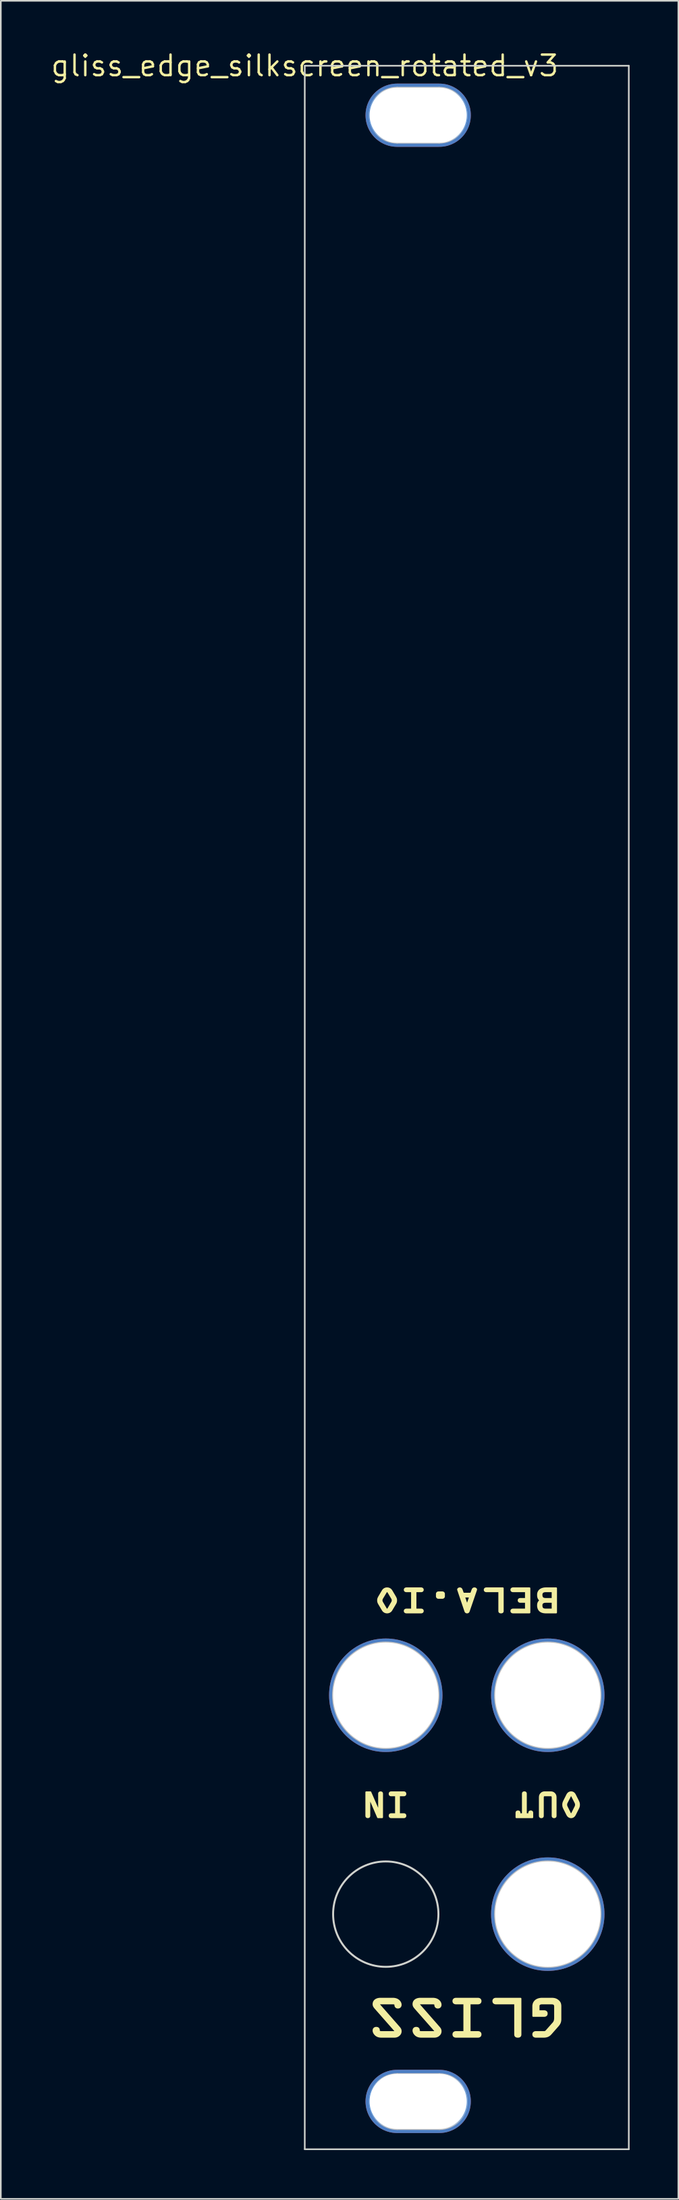
<source format=kicad_pcb>
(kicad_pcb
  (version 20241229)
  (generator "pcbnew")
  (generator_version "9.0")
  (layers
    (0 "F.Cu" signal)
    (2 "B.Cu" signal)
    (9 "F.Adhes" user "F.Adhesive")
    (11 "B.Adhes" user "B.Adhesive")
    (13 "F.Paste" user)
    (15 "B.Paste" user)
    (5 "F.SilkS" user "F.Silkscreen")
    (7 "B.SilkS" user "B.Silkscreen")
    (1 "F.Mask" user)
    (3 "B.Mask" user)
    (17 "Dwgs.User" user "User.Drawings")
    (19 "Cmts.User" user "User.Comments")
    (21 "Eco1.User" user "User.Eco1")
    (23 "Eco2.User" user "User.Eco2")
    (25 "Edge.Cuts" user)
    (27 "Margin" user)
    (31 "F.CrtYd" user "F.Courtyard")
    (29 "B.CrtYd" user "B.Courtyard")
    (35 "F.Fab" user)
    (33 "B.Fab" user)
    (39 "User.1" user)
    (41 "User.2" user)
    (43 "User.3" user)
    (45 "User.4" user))
  (footprint "gliss_edge_silkscreen_rotated_v3"
    (layer "F.Cu")
    (at 15.761 1.006)
    (property "Reference" "gliss_edge_silkscreen_rotated_v3" (at 0 0 180) (layer "F.SilkS") (effects (font (size 1.27 1.27) (thickness 0.15))))
    (attr through_hole)
    (fp_poly (pts (xy 12.106 95.399) (xy 12.098 95.399) (xy 12.091 95.399) (xy 12.085 95.398) (xy 12.078 95.397) (xy 12.072 95.396) (xy 12.066 95.395) (xy 12.061 95.393) (xy 12.055 95.391) (xy 12.05 95.39) (xy 12.045 95.387) (xy 12.041 95.385) (xy 12.037 95.383) (xy 12.033 95.38) (xy 12.029 95.377) (xy 12.025 95.374) (xy 12.022 95.371) (xy 12.019 95.368) (xy 12.016 95.364) (xy 12.013 95.361) (xy 12.011 95.357) (xy 12.009 95.353) (xy 12.007 95.349) (xy 12.005 95.344) (xy 12.004 95.34) (xy 12.003 95.335) (xy 12.001 95.33) (xy 12.001 95.325) (xy 12 95.32) (xy 11.999 95.314) (xy 11.999 95.309) (xy 11.999 95.303) (xy 11.999 94.092) (xy 11.214 94.092) (xy 11.203 94.092) (xy 11.192 94.091) (xy 11.181 94.089) (xy 11.176 94.088) (xy 11.171 94.087) (xy 11.166 94.086) (xy 11.161 94.084) (xy 11.156 94.082) (xy 11.151 94.08) (xy 11.147 94.078) (xy 11.143 94.075) (xy 11.138 94.073) (xy 11.134 94.07) (xy 11.13 94.067) (xy 11.127 94.064) (xy 11.123 94.06) (xy 11.12 94.057) (xy 11.117 94.053) (xy 11.114 94.049) (xy 11.111 94.045) (xy 11.109 94.04) (xy 11.107 94.035) (xy 11.105 94.031) (xy 11.103 94.025) (xy 11.102 94.02) (xy 11.101 94.014) (xy 11.1 94.008) (xy 11.1 94.002) (xy 11.1 93.996) (xy 11.1 93.989) (xy 11.1 93.983) (xy 11.101 93.977) (xy 11.102 93.972) (xy 11.103 93.966) (xy 11.105 93.961) (xy 11.107 93.956) (xy 11.109 93.952) (xy 11.111 93.947) (xy 11.114 93.943) (xy 11.117 93.939) (xy 11.12 93.935) (xy 11.123 93.931) (xy 11.127 93.928) (xy 11.13 93.925) (xy 11.134 93.922) (xy 11.138 93.919) (xy 11.143 93.916) (xy 11.147 93.914) (xy 11.151 93.912) (xy 11.161 93.908) (xy 11.171 93.905) (xy 11.181 93.902) (xy 11.192 93.901) (xy 11.203 93.9) (xy 11.214 93.899) (xy 12.227 93.899) (xy 12.227 95.303) (xy 12.227 95.314) (xy 12.226 95.325) (xy 12.225 95.33) (xy 12.224 95.335) (xy 12.223 95.34) (xy 12.221 95.344) (xy 12.219 95.349) (xy 12.217 95.353) (xy 12.215 95.357) (xy 12.213 95.361) (xy 12.21 95.364) (xy 12.207 95.368) (xy 12.204 95.371) (xy 12.201 95.374) (xy 12.198 95.377) (xy 12.194 95.38) (xy 12.19 95.383) (xy 12.185 95.385) (xy 12.181 95.387) (xy 12.176 95.39) (xy 12.171 95.391) (xy 12.166 95.393) (xy 12.16 95.395) (xy 12.154 95.396) (xy 12.148 95.397) (xy 12.142 95.398) (xy 12.128 95.399) (xy 12.113 95.399)) (stroke (width 0.1) (type solid)) (fill yes) (layer "F.SilkS"))
    (fp_poly (pts (xy 13.139 121.568) (xy 13.128 121.568) (xy 13.118 121.567) (xy 13.108 121.566) (xy 13.098 121.564) (xy 13.089 121.563) (xy 13.08 121.561) (xy 13.072 121.558) (xy 13.064 121.556) (xy 13.056 121.553) (xy 13.049 121.549) (xy 13.042 121.546) (xy 13.036 121.542) (xy 13.03 121.538) (xy 13.024 121.534) (xy 13.019 121.529) (xy 13.014 121.524) (xy 13.009 121.519) (xy 13.005 121.513) (xy 13.001 121.507) (xy 12.998 121.501) (xy 12.994 121.495) (xy 12.991 121.488) (xy 12.989 121.481) (xy 12.987 121.474) (xy 12.985 121.467) (xy 12.983 121.459) (xy 12.982 121.451) (xy 12.981 121.443) (xy 12.98 121.434) (xy 12.979 121.417) (xy 12.979 119.513) (xy 11.803 119.513) (xy 11.786 119.513) (xy 11.77 119.511) (xy 11.754 119.508) (xy 11.746 119.507) (xy 11.739 119.505) (xy 11.731 119.502) (xy 11.724 119.5) (xy 11.717 119.497) (xy 11.71 119.494) (xy 11.703 119.49) (xy 11.697 119.487) (xy 11.69 119.483) (xy 11.684 119.478) (xy 11.678 119.473) (xy 11.673 119.468) (xy 11.668 119.463) (xy 11.663 119.457) (xy 11.658 119.451) (xy 11.654 119.445) (xy 11.65 119.438) (xy 11.646 119.431) (xy 11.643 119.424) (xy 11.64 119.416) (xy 11.638 119.408) (xy 11.636 119.399) (xy 11.634 119.39) (xy 11.633 119.381) (xy 11.632 119.371) (xy 11.632 119.361) (xy 11.632 119.351) (xy 11.633 119.342) (xy 11.634 119.333) (xy 11.636 119.324) (xy 11.638 119.315) (xy 11.64 119.307) (xy 11.643 119.299) (xy 11.646 119.292) (xy 11.65 119.285) (xy 11.654 119.278) (xy 11.658 119.272) (xy 11.663 119.266) (xy 11.668 119.26) (xy 11.673 119.255) (xy 11.678 119.249) (xy 11.684 119.245) (xy 11.69 119.24) (xy 11.697 119.236) (xy 11.703 119.233) (xy 11.71 119.229) (xy 11.717 119.226) (xy 11.724 119.223) (xy 11.739 119.218) (xy 11.754 119.215) (xy 11.77 119.212) (xy 11.786 119.21) (xy 11.803 119.21) (xy 13.321 119.21) (xy 13.321 121.417) (xy 13.321 121.434) (xy 13.319 121.451) (xy 13.318 121.459) (xy 13.316 121.467) (xy 13.314 121.474) (xy 13.312 121.481) (xy 13.309 121.488) (xy 13.307 121.495) (xy 13.303 121.501) (xy 13.3 121.507) (xy 13.296 121.513) (xy 13.292 121.519) (xy 13.287 121.524) (xy 13.282 121.529) (xy 13.277 121.534) (xy 13.271 121.538) (xy 13.265 121.542) (xy 13.259 121.546) (xy 13.252 121.549) (xy 13.245 121.553) (xy 13.237 121.556) (xy 13.229 121.558) (xy 13.221 121.561) (xy 13.212 121.563) (xy 13.203 121.564) (xy 13.193 121.566) (xy 13.183 121.567) (xy 13.173 121.568) (xy 13.15 121.568)) (stroke (width 0.1) (type solid)) (fill yes) (layer "F.SilkS"))
    (fp_poly (pts (xy 3.996 106.821) (xy 3.994 106.821) (xy 3.992 107.927) (xy 3.991 107.938) (xy 3.99 107.949) (xy 3.99 107.955) (xy 3.989 107.96) (xy 3.987 107.965) (xy 3.986 107.969) (xy 3.985 107.974) (xy 3.983 107.978) (xy 3.981 107.982) (xy 3.979 107.986) (xy 3.977 107.99) (xy 3.974 107.994) (xy 3.972 107.997) (xy 3.969 108) (xy 3.966 108.004) (xy 3.962 108.006) (xy 3.959 108.009) (xy 3.955 108.012) (xy 3.951 108.014) (xy 3.947 108.016) (xy 3.942 108.018) (xy 3.938 108.02) (xy 3.933 108.021) (xy 3.928 108.023) (xy 3.922 108.024) (xy 3.917 108.025) (xy 3.911 108.025) (xy 3.905 108.026) (xy 3.899 108.026) (xy 3.892 108.026) (xy 3.885 108.026) (xy 3.879 108.026) (xy 3.873 108.025) (xy 3.867 108.025) (xy 3.861 108.024) (xy 3.856 108.023) (xy 3.851 108.021) (xy 3.846 108.02) (xy 3.841 108.018) (xy 3.837 108.016) (xy 3.833 108.014) (xy 3.829 108.012) (xy 3.825 108.009) (xy 3.822 108.006) (xy 3.818 108.004) (xy 3.815 108) (xy 3.812 107.997) (xy 3.81 107.994) (xy 3.807 107.99) (xy 3.805 107.986) (xy 3.803 107.982) (xy 3.801 107.978) (xy 3.799 107.974) (xy 3.798 107.969) (xy 3.796 107.965) (xy 3.795 107.96) (xy 3.794 107.955) (xy 3.794 107.949) (xy 3.793 107.938) (xy 3.792 107.927) (xy 3.792 106.479) (xy 4.055 106.479) (xy 4.576 107.672) (xy 4.576 107.674) (xy 4.58 107.674) (xy 4.58 106.58) (xy 4.58 106.568) (xy 4.581 106.557) (xy 4.582 106.552) (xy 4.583 106.547) (xy 4.584 106.542) (xy 4.585 106.538) (xy 4.587 106.533) (xy 4.589 106.529) (xy 4.591 106.525) (xy 4.593 106.521) (xy 4.595 106.517) (xy 4.597 106.513) (xy 4.6 106.51) (xy 4.603 106.506) (xy 4.606 106.503) (xy 4.609 106.5) (xy 4.613 106.498) (xy 4.617 106.495) (xy 4.621 106.493) (xy 4.625 106.491) (xy 4.629 106.489) (xy 4.634 106.487) (xy 4.639 106.486) (xy 4.644 106.484) (xy 4.649 106.483) (xy 4.655 106.482) (xy 4.661 106.481) (xy 4.667 106.481) (xy 4.673 106.481) (xy 4.68 106.48) (xy 4.686 106.481) (xy 4.693 106.481) (xy 4.699 106.481) (xy 4.705 106.482) (xy 4.71 106.483) (xy 4.716 106.484) (xy 4.721 106.486) (xy 4.726 106.487) (xy 4.73 106.489) (xy 4.735 106.491) (xy 4.739 106.493) (xy 4.743 106.495) (xy 4.747 106.498) (xy 4.75 106.5) (xy 4.753 106.503) (xy 4.757 106.506) (xy 4.759 106.51) (xy 4.762 106.513) (xy 4.765 106.517) (xy 4.767 106.521) (xy 4.769 106.525) (xy 4.771 106.529) (xy 4.772 106.533) (xy 4.774 106.538) (xy 4.775 106.542) (xy 4.776 106.547) (xy 4.777 106.552) (xy 4.778 106.557) (xy 4.779 106.568) (xy 4.779 106.58) (xy 4.779 108.028) (xy 4.516 108.028)) (stroke (width 0.1) (type solid)) (fill yes) (layer "F.SilkS"))
    (fp_poly (pts (xy 8.272 94.501) (xy 8.264 94.501) (xy 8.255 94.5) (xy 8.247 94.5) (xy 8.239 94.499) (xy 8.232 94.498) (xy 8.224 94.496) (xy 8.217 94.495) (xy 8.21 94.492) (xy 8.207 94.491) (xy 8.203 94.489) (xy 8.2 94.487) (xy 8.197 94.486) (xy 8.194 94.484) (xy 8.19 94.481) (xy 8.187 94.479) (xy 8.184 94.476) (xy 8.181 94.474) (xy 8.178 94.471) (xy 8.175 94.468) (xy 8.172 94.464) (xy 8.167 94.459) (xy 8.164 94.454) (xy 8.16 94.449) (xy 8.157 94.444) (xy 8.155 94.439) (xy 8.153 94.434) (xy 8.151 94.429) (xy 8.15 94.424) (xy 8.149 94.419) (xy 8.148 94.414) (xy 8.147 94.408) (xy 8.147 94.403) (xy 8.147 94.397) (xy 8.147 94.391) (xy 8.147 94.378) (xy 8.147 94.27) (xy 8.147 94.257) (xy 8.147 94.251) (xy 8.147 94.245) (xy 8.147 94.239) (xy 8.148 94.234) (xy 8.149 94.229) (xy 8.15 94.223) (xy 8.151 94.218) (xy 8.153 94.213) (xy 8.155 94.208) (xy 8.157 94.204) (xy 8.16 94.199) (xy 8.164 94.193) (xy 8.167 94.188) (xy 8.172 94.183) (xy 8.178 94.176) (xy 8.184 94.171) (xy 8.19 94.166) (xy 8.197 94.162) (xy 8.203 94.158) (xy 8.21 94.155) (xy 8.217 94.153) (xy 8.224 94.151) (xy 8.232 94.149) (xy 8.239 94.148) (xy 8.247 94.147) (xy 8.255 94.147) (xy 8.272 94.146) (xy 8.291 94.146) (xy 8.455 94.146) (xy 8.473 94.146) (xy 8.482 94.146) (xy 8.49 94.147) (xy 8.498 94.147) (xy 8.506 94.148) (xy 8.514 94.149) (xy 8.521 94.151) (xy 8.528 94.153) (xy 8.535 94.155) (xy 8.539 94.157) (xy 8.542 94.158) (xy 8.545 94.16) (xy 8.549 94.162) (xy 8.552 94.164) (xy 8.555 94.166) (xy 8.558 94.168) (xy 8.561 94.171) (xy 8.564 94.174) (xy 8.568 94.176) (xy 8.571 94.18) (xy 8.574 94.183) (xy 8.578 94.188) (xy 8.582 94.193) (xy 8.585 94.199) (xy 8.588 94.204) (xy 8.591 94.208) (xy 8.593 94.213) (xy 8.594 94.218) (xy 8.596 94.223) (xy 8.597 94.228) (xy 8.597 94.234) (xy 8.598 94.239) (xy 8.598 94.245) (xy 8.599 94.251) (xy 8.599 94.257) (xy 8.599 94.27) (xy 8.599 94.378) (xy 8.599 94.391) (xy 8.599 94.397) (xy 8.598 94.403) (xy 8.598 94.408) (xy 8.597 94.414) (xy 8.597 94.419) (xy 8.596 94.424) (xy 8.594 94.429) (xy 8.593 94.434) (xy 8.591 94.439) (xy 8.588 94.444) (xy 8.585 94.449) (xy 8.582 94.454) (xy 8.578 94.459) (xy 8.574 94.464) (xy 8.568 94.471) (xy 8.561 94.476) (xy 8.555 94.481) (xy 8.549 94.486) (xy 8.542 94.489) (xy 8.535 94.492) (xy 8.528 94.495) (xy 8.521 94.496) (xy 8.514 94.498) (xy 8.506 94.499) (xy 8.498 94.5) (xy 8.49 94.5) (xy 8.473 94.501) (xy 8.455 94.501) (xy 8.291 94.501)) (stroke (width 0.1) (type solid)) (fill yes) (layer "F.SilkS"))
    (fp_poly (pts (xy 10.011 95.399) (xy 10.004 95.399) (xy 9.998 95.398) (xy 9.992 95.397) (xy 9.986 95.396) (xy 9.98 95.395) (xy 9.975 95.393) (xy 9.97 95.391) (xy 9.965 95.389) (xy 9.96 95.387) (xy 9.956 95.384) (xy 9.952 95.382) (xy 9.948 95.379) (xy 9.944 95.376) (xy 9.94 95.372) (xy 9.936 95.369) (xy 9.933 95.366) (xy 9.93 95.362) (xy 9.924 95.354) (xy 9.919 95.346) (xy 9.914 95.338) (xy 9.91 95.329) (xy 9.906 95.32) (xy 9.902 95.31) (xy 9.899 95.301) (xy 9.459 93.996) (xy 9.457 93.991) (xy 9.457 93.987) (xy 9.456 93.983) (xy 9.456 93.978) (xy 9.457 93.974) (xy 9.457 93.97) (xy 9.459 93.965) (xy 9.46 93.961) (xy 9.462 93.957) (xy 9.464 93.953) (xy 9.467 93.949) (xy 9.47 93.945) (xy 9.473 93.941) (xy 9.476 93.937) (xy 9.48 93.934) (xy 9.484 93.93) (xy 9.492 93.924) (xy 9.501 93.918) (xy 9.511 93.912) (xy 9.522 93.908) (xy 9.533 93.904) (xy 9.539 93.903) (xy 9.545 93.902) (xy 9.55 93.901) (xy 9.556 93.9) (xy 9.562 93.9) (xy 9.568 93.899) (xy 9.575 93.9) (xy 9.581 93.9) (xy 9.587 93.901) (xy 9.593 93.902) (xy 9.599 93.903) (xy 9.605 93.904) (xy 9.61 93.906) (xy 9.615 93.908) (xy 9.62 93.91) (xy 9.625 93.912) (xy 9.63 93.915) (xy 9.634 93.918) (xy 9.639 93.921) (xy 9.643 93.924) (xy 9.647 93.927) (xy 9.651 93.93) (xy 9.654 93.934) (xy 9.658 93.937) (xy 9.664 93.945) (xy 9.67 93.953) (xy 9.676 93.961) (xy 9.68 93.97) (xy 9.685 93.978) (xy 9.688 93.987) (xy 9.692 93.996) (xy 9.776 94.227) (xy 10.262 94.227) (xy 10.349 93.996) (xy 10.352 93.987) (xy 10.356 93.978) (xy 10.36 93.97) (xy 10.365 93.961) (xy 10.371 93.953) (xy 10.376 93.945) (xy 10.383 93.937) (xy 10.39 93.93) (xy 10.394 93.927) (xy 10.398 93.924) (xy 10.402 93.921) (xy 10.406 93.918) (xy 10.411 93.915) (xy 10.416 93.912) (xy 10.42 93.91) (xy 10.426 93.908) (xy 10.431 93.906) (xy 10.436 93.904) (xy 10.442 93.903) (xy 10.447 93.902) (xy 10.453 93.901) (xy 10.46 93.9) (xy 10.466 93.9) (xy 10.472 93.899) (xy 10.478 93.9) (xy 10.484 93.9) (xy 10.49 93.901) (xy 10.496 93.902) (xy 10.502 93.903) (xy 10.508 93.904) (xy 10.513 93.906) (xy 10.519 93.908) (xy 10.524 93.91) (xy 10.529 93.912) (xy 10.534 93.915) (xy 10.539 93.918) (xy 10.544 93.921) (xy 10.549 93.924) (xy 10.553 93.927) (xy 10.557 93.93) (xy 10.561 93.934) (xy 10.565 93.937) (xy 10.568 93.941) (xy 10.571 93.945) (xy 10.574 93.949) (xy 10.577 93.953) (xy 10.579 93.957) (xy 10.581 93.961) (xy 10.582 93.965) (xy 10.583 93.97) (xy 10.584 93.974) (xy 10.584 93.978) (xy 10.584 93.983) (xy 10.584 93.987) (xy 10.583 93.991) (xy 10.582 93.996) (xy 10.437 94.42) (xy 10.198 94.42) (xy 9.84 94.42) (xy 10.016 94.943) (xy 10.02 94.943) (xy 10.198 94.42) (xy 10.437 94.42) (xy 10.134 95.301) (xy 10.131 95.311) (xy 10.127 95.32) (xy 10.123 95.329) (xy 10.119 95.338) (xy 10.114 95.347) (xy 10.109 95.355) (xy 10.103 95.363) (xy 10.1 95.366) (xy 10.097 95.37) (xy 10.093 95.373) (xy 10.09 95.376) (xy 10.086 95.379) (xy 10.082 95.382) (xy 10.078 95.385) (xy 10.074 95.387) (xy 10.069 95.389) (xy 10.065 95.391) (xy 10.06 95.393) (xy 10.054 95.395) (xy 10.049 95.396) (xy 10.043 95.397) (xy 10.037 95.398) (xy 10.031 95.399) (xy 10.025 95.399) (xy 10.018 95.399)) (stroke (width 0.1) (type solid)) (fill yes) (layer "F.SilkS"))
    (fp_poly (pts (xy 12.848 95.399) (xy 12.837 95.398) (xy 12.826 95.397) (xy 12.821 95.395) (xy 12.816 95.394) (xy 12.811 95.393) (xy 12.806 95.391) (xy 12.801 95.389) (xy 12.797 95.387) (xy 12.792 95.385) (xy 12.788 95.383) (xy 12.784 95.38) (xy 12.78 95.377) (xy 12.776 95.374) (xy 12.772 95.371) (xy 12.769 95.368) (xy 12.765 95.364) (xy 12.762 95.36) (xy 12.759 95.356) (xy 12.757 95.352) (xy 12.754 95.347) (xy 12.752 95.343) (xy 12.75 95.338) (xy 12.749 95.333) (xy 12.747 95.327) (xy 12.746 95.321) (xy 12.746 95.316) (xy 12.745 95.309) (xy 12.745 95.303) (xy 12.745 95.297) (xy 12.746 95.291) (xy 12.746 95.285) (xy 12.747 95.279) (xy 12.749 95.274) (xy 12.75 95.268) (xy 12.752 95.263) (xy 12.754 95.259) (xy 12.757 95.254) (xy 12.759 95.25) (xy 12.762 95.246) (xy 12.765 95.242) (xy 12.769 95.238) (xy 12.772 95.235) (xy 12.776 95.232) (xy 12.78 95.229) (xy 12.784 95.226) (xy 12.788 95.223) (xy 12.792 95.221) (xy 12.797 95.219) (xy 12.806 95.215) (xy 12.816 95.212) (xy 12.826 95.21) (xy 12.837 95.208) (xy 12.848 95.207) (xy 12.859 95.207) (xy 13.644 95.207) (xy 13.644 94.746) (xy 13.309 94.746) (xy 13.298 94.746) (xy 13.287 94.745) (xy 13.276 94.743) (xy 13.271 94.742) (xy 13.266 94.741) (xy 13.261 94.739) (xy 13.256 94.737) (xy 13.251 94.736) (xy 13.247 94.734) (xy 13.242 94.731) (xy 13.238 94.729) (xy 13.234 94.726) (xy 13.229 94.724) (xy 13.226 94.721) (xy 13.222 94.717) (xy 13.218 94.714) (xy 13.215 94.71) (xy 13.212 94.707) (xy 13.209 94.703) (xy 13.207 94.698) (xy 13.204 94.694) (xy 13.202 94.689) (xy 13.2 94.684) (xy 13.198 94.679) (xy 13.197 94.674) (xy 13.196 94.668) (xy 13.195 94.662) (xy 13.195 94.656) (xy 13.195 94.649) (xy 13.195 94.643) (xy 13.195 94.637) (xy 13.196 94.631) (xy 13.197 94.625) (xy 13.198 94.62) (xy 13.2 94.615) (xy 13.202 94.61) (xy 13.204 94.605) (xy 13.207 94.601) (xy 13.209 94.596) (xy 13.212 94.592) (xy 13.215 94.588) (xy 13.218 94.585) (xy 13.222 94.581) (xy 13.226 94.578) (xy 13.229 94.575) (xy 13.234 94.572) (xy 13.238 94.57) (xy 13.242 94.567) (xy 13.247 94.565) (xy 13.256 94.561) (xy 13.266 94.558) (xy 13.276 94.556) (xy 13.287 94.554) (xy 13.298 94.553) (xy 13.309 94.553) (xy 13.644 94.553) (xy 13.644 94.092) (xy 12.859 94.092) (xy 12.848 94.092) (xy 12.837 94.091) (xy 12.826 94.089) (xy 12.821 94.088) (xy 12.816 94.087) (xy 12.811 94.086) (xy 12.806 94.084) (xy 12.801 94.082) (xy 12.797 94.08) (xy 12.792 94.078) (xy 12.788 94.075) (xy 12.784 94.073) (xy 12.78 94.07) (xy 12.776 94.067) (xy 12.772 94.064) (xy 12.769 94.06) (xy 12.765 94.057) (xy 12.762 94.053) (xy 12.759 94.049) (xy 12.757 94.045) (xy 12.754 94.04) (xy 12.752 94.035) (xy 12.75 94.031) (xy 12.749 94.025) (xy 12.747 94.02) (xy 12.746 94.014) (xy 12.746 94.008) (xy 12.745 94.002) (xy 12.745 93.996) (xy 12.745 93.989) (xy 12.746 93.983) (xy 12.746 93.977) (xy 12.747 93.972) (xy 12.749 93.966) (xy 12.75 93.961) (xy 12.752 93.956) (xy 12.754 93.952) (xy 12.757 93.947) (xy 12.759 93.943) (xy 12.762 93.939) (xy 12.765 93.935) (xy 12.769 93.931) (xy 12.772 93.928) (xy 12.776 93.925) (xy 12.78 93.922) (xy 12.784 93.919) (xy 12.788 93.916) (xy 12.792 93.914) (xy 12.797 93.912) (xy 12.806 93.908) (xy 12.816 93.905) (xy 12.826 93.902) (xy 12.837 93.901) (xy 12.848 93.9) (xy 12.859 93.899) (xy 13.873 93.899) (xy 13.873 95.399) (xy 12.859 95.399)) (stroke (width 0.1) (type solid)) (fill yes) (layer "F.SilkS"))
    (fp_poly (pts (xy 13.06 107.758) (xy 13.061 107.746) (xy 13.062 107.735) (xy 13.063 107.73) (xy 13.064 107.725) (xy 13.065 107.72) (xy 13.066 107.715) (xy 13.067 107.711) (xy 13.069 107.706) (xy 13.071 107.702) (xy 13.073 107.698) (xy 13.075 107.694) (xy 13.078 107.691) (xy 13.081 107.687) (xy 13.083 107.684) (xy 13.087 107.681) (xy 13.09 107.678) (xy 13.093 107.675) (xy 13.097 107.673) (xy 13.101 107.67) (xy 13.105 107.668) (xy 13.11 107.666) (xy 13.114 107.665) (xy 13.119 107.663) (xy 13.125 107.662) (xy 13.13 107.661) (xy 13.136 107.66) (xy 13.141 107.659) (xy 13.148 107.658) (xy 13.154 107.658) (xy 13.161 107.658) (xy 13.167 107.658) (xy 13.174 107.658) (xy 13.18 107.659) (xy 13.185 107.66) (xy 13.191 107.661) (xy 13.196 107.662) (xy 13.202 107.663) (xy 13.207 107.665) (xy 13.211 107.666) (xy 13.216 107.668) (xy 13.22 107.67) (xy 13.224 107.673) (xy 13.228 107.675) (xy 13.231 107.678) (xy 13.234 107.681) (xy 13.238 107.684) (xy 13.24 107.687) (xy 13.243 107.691) (xy 13.246 107.694) (xy 13.248 107.698) (xy 13.25 107.702) (xy 13.252 107.706) (xy 13.254 107.711) (xy 13.255 107.715) (xy 13.256 107.72) (xy 13.257 107.725) (xy 13.258 107.73) (xy 13.259 107.735) (xy 13.26 107.746) (xy 13.261 107.758) (xy 13.261 107.829) (xy 13.455 107.829) (xy 13.455 106.578) (xy 13.455 106.567) (xy 13.456 106.556) (xy 13.457 106.55) (xy 13.458 106.545) (xy 13.459 106.54) (xy 13.46 106.536) (xy 13.462 106.531) (xy 13.463 106.527) (xy 13.465 106.523) (xy 13.467 106.519) (xy 13.47 106.515) (xy 13.472 106.511) (xy 13.475 106.508) (xy 13.478 106.504) (xy 13.481 106.501) (xy 13.484 106.499) (xy 13.488 106.496) (xy 13.491 106.493) (xy 13.495 106.491) (xy 13.5 106.489) (xy 13.504 106.487) (xy 13.509 106.485) (xy 13.514 106.484) (xy 13.519 106.482) (xy 13.524 106.481) (xy 13.53 106.48) (xy 13.536 106.48) (xy 13.542 106.479) (xy 13.548 106.479) (xy 13.555 106.479) (xy 13.561 106.479) (xy 13.568 106.479) (xy 13.574 106.48) (xy 13.58 106.48) (xy 13.585 106.481) (xy 13.591 106.482) (xy 13.596 106.484) (xy 13.601 106.485) (xy 13.605 106.487) (xy 13.61 106.489) (xy 13.614 106.491) (xy 13.618 106.493) (xy 13.622 106.496) (xy 13.625 106.498) (xy 13.629 106.501) (xy 13.632 106.504) (xy 13.635 106.508) (xy 13.637 106.511) (xy 13.64 106.515) (xy 13.642 106.519) (xy 13.644 106.523) (xy 13.646 106.527) (xy 13.648 106.531) (xy 13.649 106.536) (xy 13.651 106.54) (xy 13.652 106.545) (xy 13.653 106.55) (xy 13.653 106.556) (xy 13.654 106.567) (xy 13.655 106.578) (xy 13.655 107.829) (xy 13.849 107.829) (xy 13.849 107.758) (xy 13.849 107.746) (xy 13.85 107.735) (xy 13.851 107.73) (xy 13.852 107.725) (xy 13.853 107.72) (xy 13.854 107.715) (xy 13.856 107.711) (xy 13.857 107.706) (xy 13.859 107.702) (xy 13.861 107.698) (xy 13.864 107.694) (xy 13.866 107.691) (xy 13.869 107.687) (xy 13.872 107.684) (xy 13.875 107.681) (xy 13.878 107.678) (xy 13.882 107.675) (xy 13.886 107.673) (xy 13.889 107.67) (xy 13.894 107.668) (xy 13.898 107.666) (xy 13.903 107.665) (xy 13.908 107.663) (xy 13.913 107.662) (xy 13.918 107.661) (xy 13.924 107.66) (xy 13.93 107.659) (xy 13.936 107.658) (xy 13.942 107.658) (xy 13.949 107.658) (xy 13.955 107.658) (xy 13.962 107.658) (xy 13.968 107.659) (xy 13.974 107.66) (xy 13.979 107.661) (xy 13.985 107.662) (xy 13.99 107.663) (xy 13.995 107.665) (xy 13.999 107.666) (xy 14.004 107.668) (xy 14.008 107.67) (xy 14.012 107.673) (xy 14.016 107.675) (xy 14.019 107.678) (xy 14.023 107.681) (xy 14.026 107.684) (xy 14.029 107.687) (xy 14.031 107.691) (xy 14.034 107.694) (xy 14.036 107.698) (xy 14.038 107.702) (xy 14.04 107.706) (xy 14.042 107.711) (xy 14.043 107.715) (xy 14.045 107.72) (xy 14.046 107.725) (xy 14.047 107.73) (xy 14.047 107.735) (xy 14.049 107.746) (xy 14.049 107.758) (xy 14.049 108.029) (xy 13.06 108.029)) (stroke (width 0.1) (type solid)) (fill yes) (layer "F.SilkS"))
    (fp_poly (pts (xy 14.848 95.399) (xy 14.818 95.397) (xy 14.789 95.395) (xy 14.761 95.391) (xy 14.735 95.387) (xy 14.709 95.382) (xy 14.685 95.375) (xy 14.661 95.368) (xy 14.638 95.36) (xy 14.617 95.351) (xy 14.596 95.341) (xy 14.577 95.33) (xy 14.558 95.319) (xy 14.541 95.306) (xy 14.524 95.293) (xy 14.509 95.279) (xy 14.494 95.264) (xy 14.481 95.248) (xy 14.468 95.232) (xy 14.456 95.214) (xy 14.446 95.197) (xy 14.436 95.178) (xy 14.427 95.158) (xy 14.419 95.138) (xy 14.413 95.118) (xy 14.407 95.096) (xy 14.402 95.074) (xy 14.397 95.051) (xy 14.394 95.028) (xy 14.392 95.004) (xy 14.391 94.979) (xy 14.39 94.954) (xy 14.391 94.933) (xy 14.392 94.913) (xy 14.394 94.892) (xy 14.397 94.872) (xy 14.401 94.852) (xy 14.406 94.832) (xy 14.412 94.813) (xy 14.42 94.794) (xy 14.429 94.775) (xy 14.44 94.756) (xy 14.452 94.738) (xy 14.466 94.72) (xy 14.474 94.711) (xy 14.482 94.702) (xy 14.5 94.684) (xy 14.519 94.667) (xy 14.541 94.649) (xy 14.518 94.63) (xy 14.497 94.61) (xy 14.479 94.591) (xy 14.463 94.571) (xy 14.448 94.551) (xy 14.436 94.531) (xy 14.426 94.51) (xy 14.417 94.489) (xy 14.41 94.468) (xy 14.404 94.446) (xy 14.399 94.424) (xy 14.396 94.401) (xy 14.393 94.377) (xy 14.391 94.352) (xy 14.391 94.327) (xy 14.39 94.3) (xy 14.391 94.277) (xy 14.393 94.254) (xy 14.395 94.232) (xy 14.399 94.211) (xy 14.404 94.19) (xy 14.411 94.17) (xy 14.418 94.15) (xy 14.426 94.131) (xy 14.435 94.113) (xy 14.445 94.096) (xy 14.456 94.079) (xy 14.468 94.063) (xy 14.481 94.047) (xy 14.495 94.032) (xy 14.51 94.018) (xy 14.526 94.005) (xy 14.542 93.993) (xy 14.56 93.981) (xy 14.578 93.97) (xy 14.597 93.96) (xy 14.617 93.95) (xy 14.637 93.942) (xy 14.658 93.934) (xy 14.68 93.927) (xy 14.726 93.915) (xy 14.775 93.906) (xy 14.826 93.901) (xy 14.879 93.899) (xy 15.518 93.899) (xy 15.518 94.092) (xy 15.29 94.092) (xy 14.879 94.092) (xy 14.849 94.093) (xy 14.82 94.095) (xy 14.807 94.097) (xy 14.794 94.099) (xy 14.781 94.101) (xy 14.769 94.104) (xy 14.757 94.107) (xy 14.746 94.111) (xy 14.735 94.115) (xy 14.724 94.119) (xy 14.714 94.124) (xy 14.705 94.13) (xy 14.696 94.135) (xy 14.687 94.141) (xy 14.679 94.148) (xy 14.671 94.155) (xy 14.664 94.162) (xy 14.658 94.17) (xy 14.651 94.178) (xy 14.646 94.187) (xy 14.641 94.196) (xy 14.636 94.206) (xy 14.632 94.216) (xy 14.629 94.227) (xy 14.625 94.238) (xy 14.623 94.249) (xy 14.621 94.261) (xy 14.62 94.274) (xy 14.619 94.287) (xy 14.619 94.3) (xy 14.619 94.33) (xy 14.621 94.358) (xy 14.625 94.384) (xy 14.627 94.396) (xy 14.63 94.408) (xy 14.633 94.42) (xy 14.637 94.431) (xy 14.641 94.441) (xy 14.646 94.452) (xy 14.651 94.461) (xy 14.657 94.47) (xy 14.664 94.479) (xy 14.671 94.487) (xy 14.678 94.495) (xy 14.687 94.503) (xy 14.696 94.509) (xy 14.705 94.516) (xy 14.715 94.522) (xy 14.726 94.527) (xy 14.738 94.532) (xy 14.751 94.536) (xy 14.764 94.54) (xy 14.778 94.544) (xy 14.792 94.546) (xy 14.808 94.549) (xy 14.824 94.551) (xy 14.842 94.552) (xy 14.86 94.553) (xy 14.879 94.553) (xy 15.29 94.553) (xy 15.29 94.092) (xy 15.518 94.092) (xy 15.518 94.746) (xy 15.29 94.746) (xy 14.879 94.746) (xy 14.849 94.747) (xy 14.82 94.749) (xy 14.807 94.75) (xy 14.794 94.752) (xy 14.781 94.755) (xy 14.769 94.758) (xy 14.757 94.761) (xy 14.746 94.765) (xy 14.735 94.769) (xy 14.724 94.773) (xy 14.714 94.778) (xy 14.705 94.783) (xy 14.696 94.789) (xy 14.687 94.795) (xy 14.679 94.802) (xy 14.671 94.809) (xy 14.664 94.816) (xy 14.658 94.824) (xy 14.651 94.832) (xy 14.646 94.841) (xy 14.641 94.85) (xy 14.636 94.86) (xy 14.632 94.87) (xy 14.629 94.88) (xy 14.625 94.891) (xy 14.623 94.903) (xy 14.621 94.915) (xy 14.62 94.928) (xy 14.619 94.941) (xy 14.619 94.954) (xy 14.619 94.984) (xy 14.621 95.011) (xy 14.625 95.038) (xy 14.627 95.05) (xy 14.63 95.062) (xy 14.633 95.073) (xy 14.637 95.084) (xy 14.641 95.095) (xy 14.646 95.105) (xy 14.651 95.115) (xy 14.657 95.124) (xy 14.664 95.133) (xy 14.671 95.141) (xy 14.678 95.149) (xy 14.687 95.156) (xy 14.696 95.163) (xy 14.705 95.169) (xy 14.715 95.175) (xy 14.726 95.181) (xy 14.738 95.186) (xy 14.751 95.19) (xy 14.764 95.194) (xy 14.778 95.197) (xy 14.792 95.2) (xy 14.808 95.202) (xy 14.824 95.204) (xy 14.842 95.206) (xy 14.86 95.206) (xy 14.879 95.207) (xy 15.29 95.207) (xy 15.29 94.746) (xy 15.518 94.746) (xy 15.518 95.399) (xy 14.879 95.399)) (stroke (width 0.1) (type solid)) (fill yes) (layer "F.SilkS"))
    (fp_poly (pts (xy 6.267 95.399) (xy 6.256 95.398) (xy 6.245 95.396) (xy 6.24 95.395) (xy 6.235 95.394) (xy 6.23 95.393) (xy 6.225 95.391) (xy 6.22 95.389) (xy 6.215 95.387) (xy 6.211 95.385) (xy 6.206 95.383) (xy 6.202 95.38) (xy 6.198 95.377) (xy 6.194 95.374) (xy 6.191 95.371) (xy 6.187 95.368) (xy 6.184 95.364) (xy 6.181 95.36) (xy 6.178 95.356) (xy 6.175 95.352) (xy 6.173 95.347) (xy 6.171 95.343) (xy 6.169 95.338) (xy 6.167 95.333) (xy 6.166 95.327) (xy 6.165 95.321) (xy 6.164 95.316) (xy 6.164 95.309) (xy 6.163 95.303) (xy 6.164 95.297) (xy 6.164 95.291) (xy 6.165 95.285) (xy 6.166 95.279) (xy 6.167 95.274) (xy 6.169 95.268) (xy 6.171 95.263) (xy 6.173 95.259) (xy 6.175 95.254) (xy 6.178 95.25) (xy 6.181 95.246) (xy 6.184 95.242) (xy 6.187 95.238) (xy 6.191 95.235) (xy 6.194 95.232) (xy 6.198 95.229) (xy 6.202 95.226) (xy 6.206 95.223) (xy 6.211 95.221) (xy 6.215 95.219) (xy 6.225 95.215) (xy 6.235 95.212) (xy 6.245 95.21) (xy 6.256 95.208) (xy 6.267 95.207) (xy 6.278 95.207) (xy 6.613 95.207) (xy 6.613 94.092) (xy 6.278 94.092) (xy 6.267 94.092) (xy 6.256 94.091) (xy 6.245 94.089) (xy 6.24 94.088) (xy 6.235 94.087) (xy 6.23 94.085) (xy 6.225 94.084) (xy 6.22 94.082) (xy 6.215 94.08) (xy 6.211 94.078) (xy 6.206 94.075) (xy 6.202 94.073) (xy 6.198 94.07) (xy 6.194 94.067) (xy 6.191 94.064) (xy 6.187 94.06) (xy 6.184 94.057) (xy 6.181 94.053) (xy 6.178 94.049) (xy 6.175 94.045) (xy 6.173 94.04) (xy 6.171 94.035) (xy 6.169 94.03) (xy 6.167 94.025) (xy 6.166 94.02) (xy 6.165 94.014) (xy 6.164 94.008) (xy 6.164 94.002) (xy 6.163 93.996) (xy 6.164 93.989) (xy 6.164 93.983) (xy 6.165 93.977) (xy 6.166 93.972) (xy 6.167 93.966) (xy 6.169 93.961) (xy 6.171 93.956) (xy 6.173 93.952) (xy 6.175 93.947) (xy 6.178 93.943) (xy 6.181 93.939) (xy 6.184 93.935) (xy 6.187 93.931) (xy 6.191 93.928) (xy 6.194 93.925) (xy 6.198 93.922) (xy 6.202 93.919) (xy 6.206 93.916) (xy 6.211 93.914) (xy 6.215 93.912) (xy 6.225 93.908) (xy 6.235 93.905) (xy 6.245 93.902) (xy 6.256 93.901) (xy 6.267 93.9) (xy 6.278 93.899) (xy 7.177 93.899) (xy 7.188 93.9) (xy 7.199 93.901) (xy 7.21 93.902) (xy 7.215 93.903) (xy 7.22 93.905) (xy 7.225 93.906) (xy 7.23 93.908) (xy 7.235 93.91) (xy 7.239 93.912) (xy 7.244 93.914) (xy 7.248 93.916) (xy 7.252 93.919) (xy 7.256 93.922) (xy 7.26 93.925) (xy 7.264 93.928) (xy 7.267 93.931) (xy 7.271 93.935) (xy 7.274 93.939) (xy 7.277 93.943) (xy 7.279 93.947) (xy 7.282 93.952) (xy 7.284 93.956) (xy 7.286 93.961) (xy 7.287 93.966) (xy 7.289 93.972) (xy 7.29 93.977) (xy 7.291 93.983) (xy 7.291 93.989) (xy 7.291 93.996) (xy 7.291 94.002) (xy 7.291 94.008) (xy 7.29 94.014) (xy 7.289 94.02) (xy 7.287 94.025) (xy 7.286 94.03) (xy 7.284 94.035) (xy 7.282 94.04) (xy 7.279 94.045) (xy 7.277 94.049) (xy 7.274 94.053) (xy 7.271 94.057) (xy 7.267 94.06) (xy 7.264 94.064) (xy 7.26 94.067) (xy 7.256 94.07) (xy 7.252 94.073) (xy 7.248 94.075) (xy 7.244 94.078) (xy 7.239 94.08) (xy 7.23 94.084) (xy 7.22 94.087) (xy 7.21 94.089) (xy 7.199 94.091) (xy 7.188 94.092) (xy 7.177 94.092) (xy 6.841 94.092) (xy 6.841 95.207) (xy 7.177 95.207) (xy 7.188 95.207) (xy 7.199 95.208) (xy 7.21 95.21) (xy 7.215 95.211) (xy 7.22 95.212) (xy 7.225 95.213) (xy 7.23 95.215) (xy 7.235 95.217) (xy 7.239 95.219) (xy 7.244 95.221) (xy 7.248 95.223) (xy 7.252 95.226) (xy 7.256 95.229) (xy 7.26 95.232) (xy 7.264 95.235) (xy 7.267 95.238) (xy 7.271 95.242) (xy 7.274 95.246) (xy 7.277 95.25) (xy 7.279 95.254) (xy 7.282 95.259) (xy 7.284 95.263) (xy 7.286 95.268) (xy 7.287 95.274) (xy 7.289 95.279) (xy 7.29 95.285) (xy 7.291 95.291) (xy 7.291 95.297) (xy 7.291 95.303) (xy 7.291 95.309) (xy 7.291 95.316) (xy 7.29 95.321) (xy 7.289 95.327) (xy 7.287 95.333) (xy 7.286 95.338) (xy 7.284 95.343) (xy 7.282 95.347) (xy 7.279 95.352) (xy 7.277 95.356) (xy 7.274 95.36) (xy 7.271 95.364) (xy 7.267 95.368) (xy 7.264 95.371) (xy 7.26 95.374) (xy 7.256 95.377) (xy 7.252 95.38) (xy 7.248 95.383) (xy 7.244 95.385) (xy 7.239 95.387) (xy 7.23 95.391) (xy 7.22 95.394) (xy 7.21 95.396) (xy 7.199 95.398) (xy 7.188 95.399) (xy 7.177 95.399) (xy 6.278 95.399)) (stroke (width 0.1) (type solid)) (fill yes) (layer "F.SilkS"))
    (fp_poly (pts (xy 5.322 108.028) (xy 5.312 108.027) (xy 5.303 108.025) (xy 5.294 108.023) (xy 5.289 108.021) (xy 5.285 108.02) (xy 5.281 108.018) (xy 5.277 108.016) (xy 5.273 108.013) (xy 5.269 108.011) (xy 5.265 108.008) (xy 5.262 108.005) (xy 5.259 108.002) (xy 5.255 107.999) (xy 5.252 107.995) (xy 5.249 107.992) (xy 5.247 107.988) (xy 5.244 107.984) (xy 5.242 107.979) (xy 5.24 107.975) (xy 5.238 107.97) (xy 5.236 107.965) (xy 5.235 107.959) (xy 5.234 107.954) (xy 5.233 107.948) (xy 5.232 107.942) (xy 5.232 107.935) (xy 5.232 107.929) (xy 5.232 107.922) (xy 5.232 107.916) (xy 5.233 107.91) (xy 5.234 107.904) (xy 5.235 107.898) (xy 5.236 107.893) (xy 5.238 107.888) (xy 5.24 107.883) (xy 5.242 107.878) (xy 5.244 107.874) (xy 5.247 107.87) (xy 5.249 107.866) (xy 5.252 107.862) (xy 5.255 107.859) (xy 5.259 107.855) (xy 5.262 107.852) (xy 5.266 107.849) (xy 5.269 107.847) (xy 5.273 107.844) (xy 5.277 107.842) (xy 5.281 107.84) (xy 5.285 107.838) (xy 5.289 107.836) (xy 5.294 107.835) (xy 5.303 107.832) (xy 5.312 107.831) (xy 5.322 107.83) (xy 5.331 107.829) (xy 5.624 107.829) (xy 5.624 106.679) (xy 5.331 106.679) (xy 5.322 106.679) (xy 5.312 106.678) (xy 5.303 106.676) (xy 5.294 106.674) (xy 5.289 106.672) (xy 5.285 106.671) (xy 5.281 106.669) (xy 5.277 106.667) (xy 5.273 106.665) (xy 5.269 106.662) (xy 5.265 106.659) (xy 5.262 106.657) (xy 5.259 106.653) (xy 5.255 106.65) (xy 5.252 106.647) (xy 5.249 106.643) (xy 5.247 106.639) (xy 5.244 106.635) (xy 5.242 106.63) (xy 5.24 106.626) (xy 5.238 106.621) (xy 5.236 106.616) (xy 5.235 106.61) (xy 5.234 106.605) (xy 5.233 106.599) (xy 5.232 106.593) (xy 5.232 106.587) (xy 5.232 106.58) (xy 5.232 106.573) (xy 5.232 106.567) (xy 5.233 106.561) (xy 5.234 106.555) (xy 5.235 106.55) (xy 5.236 106.544) (xy 5.238 106.539) (xy 5.24 106.534) (xy 5.242 106.53) (xy 5.244 106.525) (xy 5.247 106.521) (xy 5.249 106.517) (xy 5.252 106.513) (xy 5.255 106.51) (xy 5.259 106.506) (xy 5.262 106.503) (xy 5.265 106.5) (xy 5.269 106.498) (xy 5.273 106.495) (xy 5.277 106.493) (xy 5.281 106.491) (xy 5.285 106.489) (xy 5.289 106.487) (xy 5.294 106.486) (xy 5.303 106.484) (xy 5.312 106.482) (xy 5.322 106.481) (xy 5.331 106.48) (xy 6.117 106.48) (xy 6.127 106.481) (xy 6.136 106.482) (xy 6.146 106.484) (xy 6.155 106.486) (xy 6.159 106.487) (xy 6.163 106.489) (xy 6.167 106.491) (xy 6.171 106.493) (xy 6.175 106.495) (xy 6.179 106.498) (xy 6.183 106.5) (xy 6.186 106.503) (xy 6.19 106.506) (xy 6.193 106.51) (xy 6.196 106.513) (xy 6.199 106.517) (xy 6.202 106.521) (xy 6.204 106.525) (xy 6.206 106.53) (xy 6.208 106.534) (xy 6.21 106.539) (xy 6.212 106.544) (xy 6.213 106.55) (xy 6.215 106.555) (xy 6.216 106.561) (xy 6.216 106.567) (xy 6.217 106.573) (xy 6.217 106.58) (xy 6.217 106.587) (xy 6.216 106.593) (xy 6.216 106.599) (xy 6.215 106.605) (xy 6.213 106.61) (xy 6.212 106.616) (xy 6.21 106.621) (xy 6.208 106.626) (xy 6.206 106.63) (xy 6.204 106.635) (xy 6.202 106.639) (xy 6.199 106.643) (xy 6.196 106.647) (xy 6.193 106.65) (xy 6.19 106.654) (xy 6.186 106.657) (xy 6.183 106.659) (xy 6.179 106.662) (xy 6.175 106.665) (xy 6.171 106.667) (xy 6.167 106.669) (xy 6.163 106.671) (xy 6.159 106.673) (xy 6.155 106.674) (xy 6.146 106.676) (xy 6.136 106.678) (xy 6.127 106.679) (xy 6.117 106.679) (xy 5.824 106.679) (xy 5.824 107.829) (xy 6.117 107.829) (xy 6.127 107.83) (xy 6.136 107.831) (xy 6.146 107.832) (xy 6.155 107.835) (xy 6.159 107.836) (xy 6.163 107.838) (xy 6.167 107.84) (xy 6.171 107.842) (xy 6.175 107.844) (xy 6.179 107.847) (xy 6.183 107.849) (xy 6.186 107.852) (xy 6.19 107.855) (xy 6.193 107.859) (xy 6.196 107.862) (xy 6.199 107.866) (xy 6.202 107.87) (xy 6.204 107.874) (xy 6.206 107.878) (xy 6.208 107.883) (xy 6.21 107.888) (xy 6.212 107.893) (xy 6.213 107.898) (xy 6.215 107.904) (xy 6.216 107.91) (xy 6.216 107.916) (xy 6.217 107.922) (xy 6.217 107.929) (xy 6.217 107.935) (xy 6.216 107.942) (xy 6.216 107.948) (xy 6.215 107.954) (xy 6.213 107.959) (xy 6.212 107.965) (xy 6.21 107.97) (xy 6.208 107.975) (xy 6.206 107.979) (xy 6.204 107.984) (xy 6.202 107.988) (xy 6.199 107.992) (xy 6.196 107.996) (xy 6.193 107.999) (xy 6.19 108.002) (xy 6.186 108.005) (xy 6.183 108.008) (xy 6.179 108.011) (xy 6.175 108.013) (xy 6.171 108.016) (xy 6.167 108.018) (xy 6.163 108.02) (xy 6.159 108.021) (xy 6.155 108.023) (xy 6.146 108.025) (xy 6.136 108.027) (xy 6.127 108.028) (xy 6.117 108.028) (xy 5.331 108.028)) (stroke (width 0.1) (type solid)) (fill yes) (layer "F.SilkS"))
    (fp_poly (pts (xy 9.322 121.568) (xy 9.305 121.566) (xy 9.29 121.564) (xy 9.282 121.562) (xy 9.274 121.56) (xy 9.267 121.558) (xy 9.259 121.555) (xy 9.252 121.552) (xy 9.245 121.549) (xy 9.238 121.546) (xy 9.232 121.542) (xy 9.226 121.538) (xy 9.22 121.533) (xy 9.214 121.529) (xy 9.208 121.524) (xy 9.203 121.518) (xy 9.198 121.513) (xy 9.193 121.507) (xy 9.189 121.5) (xy 9.185 121.494) (xy 9.182 121.486) (xy 9.178 121.479) (xy 9.176 121.471) (xy 9.173 121.463) (xy 9.171 121.455) (xy 9.169 121.446) (xy 9.168 121.436) (xy 9.168 121.427) (xy 9.167 121.417) (xy 9.168 121.407) (xy 9.168 121.397) (xy 9.169 121.388) (xy 9.171 121.379) (xy 9.173 121.37) (xy 9.176 121.362) (xy 9.178 121.354) (xy 9.182 121.347) (xy 9.185 121.34) (xy 9.189 121.333) (xy 9.193 121.327) (xy 9.198 121.321) (xy 9.203 121.315) (xy 9.208 121.31) (xy 9.214 121.305) (xy 9.22 121.3) (xy 9.226 121.296) (xy 9.232 121.292) (xy 9.238 121.288) (xy 9.245 121.284) (xy 9.252 121.281) (xy 9.259 121.278) (xy 9.274 121.274) (xy 9.29 121.27) (xy 9.305 121.267) (xy 9.322 121.266) (xy 9.338 121.265) (xy 9.841 121.265) (xy 9.841 119.513) (xy 9.338 119.513) (xy 9.322 119.513) (xy 9.305 119.511) (xy 9.29 119.508) (xy 9.282 119.507) (xy 9.274 119.505) (xy 9.267 119.502) (xy 9.259 119.5) (xy 9.252 119.497) (xy 9.245 119.494) (xy 9.238 119.49) (xy 9.232 119.487) (xy 9.226 119.483) (xy 9.22 119.478) (xy 9.214 119.473) (xy 9.208 119.468) (xy 9.203 119.463) (xy 9.198 119.457) (xy 9.193 119.451) (xy 9.189 119.445) (xy 9.185 119.438) (xy 9.182 119.431) (xy 9.178 119.424) (xy 9.176 119.416) (xy 9.173 119.408) (xy 9.171 119.399) (xy 9.169 119.39) (xy 9.168 119.381) (xy 9.168 119.372) (xy 9.167 119.361) (xy 9.168 119.351) (xy 9.168 119.342) (xy 9.169 119.333) (xy 9.171 119.324) (xy 9.173 119.315) (xy 9.176 119.307) (xy 9.178 119.299) (xy 9.182 119.292) (xy 9.185 119.285) (xy 9.189 119.278) (xy 9.193 119.272) (xy 9.198 119.266) (xy 9.203 119.26) (xy 9.208 119.255) (xy 9.214 119.249) (xy 9.22 119.245) (xy 9.226 119.24) (xy 9.232 119.236) (xy 9.238 119.233) (xy 9.245 119.229) (xy 9.252 119.226) (xy 9.259 119.223) (xy 9.274 119.218) (xy 9.29 119.215) (xy 9.305 119.212) (xy 9.322 119.21) (xy 9.338 119.21) (xy 10.686 119.21) (xy 10.702 119.21) (xy 10.719 119.212) (xy 10.735 119.215) (xy 10.742 119.216) (xy 10.75 119.218) (xy 10.758 119.221) (xy 10.765 119.223) (xy 10.772 119.226) (xy 10.779 119.229) (xy 10.786 119.233) (xy 10.792 119.236) (xy 10.799 119.24) (xy 10.805 119.245) (xy 10.81 119.249) (xy 10.816 119.255) (xy 10.821 119.26) (xy 10.826 119.266) (xy 10.831 119.272) (xy 10.835 119.278) (xy 10.839 119.285) (xy 10.843 119.292) (xy 10.846 119.299) (xy 10.849 119.307) (xy 10.851 119.315) (xy 10.853 119.324) (xy 10.855 119.333) (xy 10.856 119.342) (xy 10.857 119.351) (xy 10.857 119.361) (xy 10.857 119.372) (xy 10.856 119.381) (xy 10.855 119.39) (xy 10.853 119.399) (xy 10.851 119.408) (xy 10.849 119.416) (xy 10.846 119.424) (xy 10.843 119.431) (xy 10.839 119.438) (xy 10.835 119.445) (xy 10.831 119.451) (xy 10.826 119.457) (xy 10.821 119.463) (xy 10.816 119.468) (xy 10.81 119.473) (xy 10.805 119.478) (xy 10.799 119.483) (xy 10.792 119.487) (xy 10.786 119.49) (xy 10.779 119.494) (xy 10.772 119.497) (xy 10.765 119.5) (xy 10.75 119.505) (xy 10.735 119.508) (xy 10.719 119.511) (xy 10.702 119.513) (xy 10.686 119.513) (xy 10.183 119.513) (xy 10.183 121.265) (xy 10.686 121.265) (xy 10.702 121.266) (xy 10.719 121.267) (xy 10.735 121.27) (xy 10.742 121.272) (xy 10.75 121.274) (xy 10.758 121.276) (xy 10.765 121.278) (xy 10.772 121.281) (xy 10.779 121.284) (xy 10.786 121.288) (xy 10.792 121.292) (xy 10.799 121.296) (xy 10.805 121.3) (xy 10.81 121.305) (xy 10.816 121.31) (xy 10.821 121.315) (xy 10.826 121.321) (xy 10.831 121.327) (xy 10.835 121.333) (xy 10.839 121.34) (xy 10.843 121.347) (xy 10.846 121.354) (xy 10.849 121.362) (xy 10.851 121.37) (xy 10.853 121.379) (xy 10.855 121.388) (xy 10.856 121.397) (xy 10.857 121.407) (xy 10.857 121.417) (xy 10.857 121.427) (xy 10.856 121.436) (xy 10.855 121.446) (xy 10.853 121.455) (xy 10.851 121.463) (xy 10.849 121.471) (xy 10.846 121.479) (xy 10.843 121.486) (xy 10.839 121.494) (xy 10.835 121.5) (xy 10.831 121.507) (xy 10.826 121.513) (xy 10.821 121.518) (xy 10.816 121.524) (xy 10.81 121.529) (xy 10.805 121.533) (xy 10.799 121.538) (xy 10.792 121.542) (xy 10.786 121.546) (xy 10.779 121.549) (xy 10.772 121.552) (xy 10.765 121.555) (xy 10.75 121.56) (xy 10.735 121.564) (xy 10.719 121.566) (xy 10.702 121.568) (xy 10.686 121.568) (xy 9.338 121.568)) (stroke (width 0.1) (type solid)) (fill yes) (layer "F.SilkS"))
    (fp_poly (pts (xy 14.596 108.028) (xy 14.589 108.028) (xy 14.583 108.028) (xy 14.577 108.027) (xy 14.572 108.026) (xy 14.566 108.025) (xy 14.561 108.023) (xy 14.556 108.022) (xy 14.552 108.02) (xy 14.547 108.018) (xy 14.543 108.016) (xy 14.539 108.014) (xy 14.535 108.011) (xy 14.532 108.009) (xy 14.529 108.006) (xy 14.525 108.003) (xy 14.523 107.999) (xy 14.52 107.996) (xy 14.517 107.992) (xy 14.515 107.988) (xy 14.513 107.984) (xy 14.511 107.98) (xy 14.509 107.976) (xy 14.508 107.971) (xy 14.507 107.967) (xy 14.505 107.962) (xy 14.505 107.957) (xy 14.504 107.952) (xy 14.503 107.941) (xy 14.502 107.929) (xy 14.502 106.817) (xy 14.503 106.8) (xy 14.503 106.784) (xy 14.504 106.768) (xy 14.505 106.752) (xy 14.507 106.736) (xy 14.509 106.721) (xy 14.512 106.707) (xy 14.516 106.692) (xy 14.52 106.678) (xy 14.525 106.663) (xy 14.532 106.649) (xy 14.539 106.635) (xy 14.547 106.622) (xy 14.556 106.608) (xy 14.567 106.594) (xy 14.578 106.58) (xy 14.592 106.566) (xy 14.605 106.553) (xy 14.619 106.542) (xy 14.633 106.532) (xy 14.647 106.522) (xy 14.661 106.514) (xy 14.676 106.507) (xy 14.691 106.5) (xy 14.707 106.495) (xy 14.723 106.49) (xy 14.739 106.486) (xy 14.755 106.484) (xy 14.772 106.481) (xy 14.79 106.48) (xy 14.808 106.479) (xy 14.827 106.479) (xy 15.167 106.479) (xy 15.185 106.479) (xy 15.203 106.48) (xy 15.221 106.481) (xy 15.238 106.484) (xy 15.254 106.486) (xy 15.271 106.49) (xy 15.286 106.495) (xy 15.302 106.5) (xy 15.317 106.507) (xy 15.332 106.514) (xy 15.346 106.522) (xy 15.36 106.532) (xy 15.374 106.542) (xy 15.388 106.553) (xy 15.401 106.566) (xy 15.415 106.58) (xy 15.426 106.594) (xy 15.437 106.608) (xy 15.446 106.622) (xy 15.454 106.635) (xy 15.462 106.649) (xy 15.468 106.663) (xy 15.473 106.678) (xy 15.477 106.692) (xy 15.481 106.707) (xy 15.484 106.721) (xy 15.486 106.736) (xy 15.488 106.752) (xy 15.489 106.768) (xy 15.49 106.784) (xy 15.491 106.817) (xy 15.491 107.929) (xy 15.49 107.941) (xy 15.489 107.952) (xy 15.489 107.957) (xy 15.488 107.962) (xy 15.487 107.967) (xy 15.485 107.971) (xy 15.484 107.976) (xy 15.482 107.98) (xy 15.48 107.984) (xy 15.478 107.988) (xy 15.476 107.992) (xy 15.473 107.996) (xy 15.471 107.999) (xy 15.468 108.003) (xy 15.465 108.006) (xy 15.461 108.009) (xy 15.458 108.011) (xy 15.454 108.014) (xy 15.45 108.016) (xy 15.446 108.018) (xy 15.441 108.02) (xy 15.437 108.022) (xy 15.432 108.023) (xy 15.427 108.025) (xy 15.421 108.026) (xy 15.416 108.027) (xy 15.41 108.028) (xy 15.404 108.028) (xy 15.397 108.028) (xy 15.391 108.029) (xy 15.384 108.028) (xy 15.378 108.028) (xy 15.372 108.028) (xy 15.366 108.027) (xy 15.36 108.026) (xy 15.355 108.025) (xy 15.35 108.023) (xy 15.345 108.022) (xy 15.34 108.02) (xy 15.336 108.018) (xy 15.331 108.016) (xy 15.327 108.014) (xy 15.324 108.011) (xy 15.32 108.009) (xy 15.317 108.006) (xy 15.314 108.003) (xy 15.311 107.999) (xy 15.308 107.996) (xy 15.306 107.992) (xy 15.303 107.988) (xy 15.301 107.984) (xy 15.299 107.98) (xy 15.298 107.976) (xy 15.296 107.971) (xy 15.295 107.967) (xy 15.294 107.962) (xy 15.293 107.957) (xy 15.292 107.952) (xy 15.291 107.941) (xy 15.291 107.929) (xy 15.291 106.817) (xy 15.29 106.797) (xy 15.289 106.779) (xy 15.288 106.771) (xy 15.287 106.763) (xy 15.286 106.755) (xy 15.284 106.748) (xy 15.282 106.742) (xy 15.28 106.735) (xy 15.278 106.73) (xy 15.275 106.724) (xy 15.272 106.719) (xy 15.269 106.714) (xy 15.266 106.71) (xy 15.262 106.706) (xy 15.259 106.702) (xy 15.254 106.698) (xy 15.25 106.695) (xy 15.245 106.692) (xy 15.241 106.69) (xy 15.235 106.688) (xy 15.23 106.686) (xy 15.224 106.684) (xy 15.218 106.682) (xy 15.212 106.681) (xy 15.205 106.68) (xy 15.198 106.679) (xy 15.183 106.678) (xy 15.167 106.678) (xy 14.827 106.678) (xy 14.81 106.678) (xy 14.795 106.679) (xy 14.782 106.681) (xy 14.775 106.682) (xy 14.769 106.684) (xy 14.763 106.686) (xy 14.758 106.688) (xy 14.753 106.69) (xy 14.748 106.692) (xy 14.743 106.695) (xy 14.739 106.698) (xy 14.735 106.702) (xy 14.731 106.706) (xy 14.727 106.71) (xy 14.724 106.714) (xy 14.721 106.719) (xy 14.718 106.724) (xy 14.715 106.73) (xy 14.713 106.735) (xy 14.711 106.742) (xy 14.709 106.748) (xy 14.708 106.755) (xy 14.706 106.763) (xy 14.704 106.779) (xy 14.703 106.797) (xy 14.702 106.817) (xy 14.702 107.929) (xy 14.702 107.941) (xy 14.701 107.952) (xy 14.7 107.957) (xy 14.699 107.962) (xy 14.698 107.967) (xy 14.697 107.971) (xy 14.695 107.976) (xy 14.694 107.98) (xy 14.692 107.984) (xy 14.69 107.988) (xy 14.688 107.992) (xy 14.685 107.996) (xy 14.682 107.999) (xy 14.679 108.003) (xy 14.676 108.006) (xy 14.673 108.009) (xy 14.67 108.011) (xy 14.666 108.014) (xy 14.662 108.016) (xy 14.658 108.018) (xy 14.653 108.02) (xy 14.648 108.022) (xy 14.644 108.023) (xy 14.638 108.025) (xy 14.633 108.026) (xy 14.627 108.027) (xy 14.622 108.028) (xy 14.615 108.028) (xy 14.609 108.028) (xy 14.602 108.029)) (stroke (width 0.1) (type solid)) (fill yes) (layer "F.SilkS"))
    (fp_poly (pts (xy 14.251 121.568) (xy 14.235 121.566) (xy 14.219 121.564) (xy 14.211 121.562) (xy 14.204 121.56) (xy 14.196 121.558) (xy 14.189 121.555) (xy 14.182 121.552) (xy 14.175 121.549) (xy 14.168 121.546) (xy 14.161 121.542) (xy 14.155 121.538) (xy 14.149 121.533) (xy 14.143 121.529) (xy 14.138 121.524) (xy 14.132 121.518) (xy 14.127 121.513) (xy 14.123 121.507) (xy 14.119 121.5) (xy 14.115 121.494) (xy 14.111 121.486) (xy 14.108 121.479) (xy 14.105 121.471) (xy 14.102 121.463) (xy 14.1 121.455) (xy 14.099 121.446) (xy 14.098 121.436) (xy 14.097 121.427) (xy 14.097 121.417) (xy 14.097 121.407) (xy 14.098 121.397) (xy 14.099 121.388) (xy 14.1 121.379) (xy 14.102 121.37) (xy 14.105 121.362) (xy 14.108 121.354) (xy 14.111 121.347) (xy 14.115 121.34) (xy 14.119 121.333) (xy 14.123 121.327) (xy 14.127 121.321) (xy 14.132 121.315) (xy 14.138 121.31) (xy 14.143 121.305) (xy 14.149 121.3) (xy 14.155 121.296) (xy 14.161 121.292) (xy 14.168 121.288) (xy 14.175 121.284) (xy 14.182 121.281) (xy 14.189 121.278) (xy 14.204 121.274) (xy 14.219 121.27) (xy 14.235 121.267) (xy 14.251 121.266) (xy 14.268 121.265) (xy 14.678 121.265) (xy 14.74 121.265) (xy 14.765 121.265) (xy 14.787 121.264) (xy 14.796 121.263) (xy 14.805 121.262) (xy 14.814 121.261) (xy 14.822 121.259) (xy 14.829 121.258) (xy 14.837 121.256) (xy 14.843 121.253) (xy 14.85 121.251) (xy 14.856 121.248) (xy 14.862 121.244) (xy 14.869 121.24) (xy 14.875 121.236) (xy 14.881 121.231) (xy 14.887 121.226) (xy 14.893 121.22) (xy 14.899 121.214) (xy 14.913 121.2) (xy 14.928 121.183) (xy 14.965 121.141) (xy 15.338 120.72) (xy 15.357 120.697) (xy 15.373 120.675) (xy 15.387 120.652) (xy 15.399 120.629) (xy 15.41 120.606) (xy 15.418 120.582) (xy 15.425 120.558) (xy 15.431 120.534) (xy 15.435 120.509) (xy 15.439 120.484) (xy 15.441 120.459) (xy 15.443 120.433) (xy 15.444 120.38) (xy 15.444 120.325) (xy 15.444 119.731) (xy 15.444 119.701) (xy 15.442 119.674) (xy 15.439 119.649) (xy 15.437 119.638) (xy 15.435 119.627) (xy 15.432 119.617) (xy 15.429 119.607) (xy 15.425 119.598) (xy 15.421 119.589) (xy 15.416 119.581) (xy 15.411 119.573) (xy 15.406 119.566) (xy 15.399 119.56) (xy 15.393 119.554) (xy 15.385 119.548) (xy 15.377 119.543) (xy 15.369 119.538) (xy 15.359 119.534) (xy 15.349 119.53) (xy 15.339 119.527) (xy 15.327 119.524) (xy 15.315 119.521) (xy 15.302 119.519) (xy 15.274 119.516) (xy 15.243 119.514) (xy 15.208 119.513) (xy 14.664 119.513) (xy 14.642 119.513) (xy 14.619 119.514) (xy 14.598 119.516) (xy 14.577 119.519) (xy 14.567 119.521) (xy 14.558 119.523) (xy 14.548 119.525) (xy 14.539 119.528) (xy 14.53 119.531) (xy 14.522 119.534) (xy 14.513 119.538) (xy 14.505 119.542) (xy 14.498 119.546) (xy 14.491 119.551) (xy 14.484 119.556) (xy 14.478 119.562) (xy 14.472 119.568) (xy 14.466 119.575) (xy 14.461 119.582) (xy 14.457 119.59) (xy 14.453 119.598) (xy 14.449 119.607) (xy 14.446 119.616) (xy 14.443 119.626) (xy 14.441 119.636) (xy 14.44 119.647) (xy 14.439 119.658) (xy 14.439 119.671) (xy 14.439 119.98) (xy 14.77 119.98) (xy 14.787 119.98) (xy 14.803 119.982) (xy 14.819 119.985) (xy 14.827 119.986) (xy 14.835 119.988) (xy 14.842 119.99) (xy 14.85 119.993) (xy 14.857 119.996) (xy 14.864 119.999) (xy 14.87 120.003) (xy 14.877 120.006) (xy 14.883 120.01) (xy 14.889 120.015) (xy 14.895 120.019) (xy 14.901 120.024) (xy 14.906 120.03) (xy 14.911 120.036) (xy 14.915 120.042) (xy 14.92 120.048) (xy 14.924 120.055) (xy 14.927 120.062) (xy 14.93 120.069) (xy 14.933 120.077) (xy 14.936 120.085) (xy 14.938 120.094) (xy 14.939 120.102) (xy 14.941 120.112) (xy 14.941 120.121) (xy 14.941 120.131) (xy 14.941 120.141) (xy 14.941 120.151) (xy 14.939 120.16) (xy 14.938 120.169) (xy 14.936 120.178) (xy 14.933 120.186) (xy 14.93 120.194) (xy 14.927 120.201) (xy 14.924 120.208) (xy 14.92 120.215) (xy 14.915 120.221) (xy 14.911 120.227) (xy 14.906 120.233) (xy 14.901 120.238) (xy 14.895 120.243) (xy 14.889 120.248) (xy 14.883 120.253) (xy 14.877 120.257) (xy 14.87 120.26) (xy 14.864 120.264) (xy 14.857 120.267) (xy 14.85 120.27) (xy 14.835 120.275) (xy 14.819 120.278) (xy 14.803 120.281) (xy 14.787 120.283) (xy 14.77 120.283) (xy 14.097 120.283) (xy 14.097 119.686) (xy 14.097 119.659) (xy 14.099 119.632) (xy 14.103 119.606) (xy 14.107 119.581) (xy 14.113 119.556) (xy 14.119 119.533) (xy 14.127 119.51) (xy 14.137 119.487) (xy 14.147 119.466) (xy 14.158 119.445) (xy 14.171 119.425) (xy 14.184 119.406) (xy 14.199 119.388) (xy 14.214 119.37) (xy 14.231 119.353) (xy 14.249 119.338) (xy 14.267 119.323) (xy 14.286 119.308) (xy 14.307 119.295) (xy 14.328 119.283) (xy 14.35 119.272) (xy 14.373 119.261) (xy 14.397 119.251) (xy 14.421 119.243) (xy 14.447 119.235) (xy 14.473 119.229) (xy 14.5 119.223) (xy 14.527 119.218) (xy 14.584 119.212) (xy 14.644 119.21) (xy 15.232 119.21) (xy 15.261 119.21) (xy 15.289 119.211) (xy 15.317 119.213) (xy 15.343 119.215) (xy 15.369 119.218) (xy 15.394 119.223) (xy 15.419 119.228) (xy 15.443 119.234) (xy 15.467 119.242) (xy 15.49 119.25) (xy 15.513 119.26) (xy 15.536 119.271) (xy 15.558 119.284) (xy 15.581 119.298) (xy 15.603 119.314) (xy 15.625 119.331) (xy 15.65 119.352) (xy 15.672 119.372) (xy 15.691 119.393) (xy 15.708 119.414) (xy 15.723 119.435) (xy 15.736 119.457) (xy 15.748 119.479) (xy 15.757 119.502) (xy 15.765 119.525) (xy 15.771 119.548) (xy 15.776 119.572) (xy 15.78 119.597) (xy 15.783 119.623) (xy 15.785 119.649) (xy 15.786 119.676) (xy 15.786 119.704) (xy 15.786 120.462) (xy 15.786 120.497) (xy 15.784 120.53) (xy 15.781 120.562) (xy 15.777 120.592) (xy 15.771 120.621) (xy 15.764 120.648) (xy 15.756 120.674) (xy 15.746 120.7) (xy 15.735 120.725) (xy 15.722 120.75) (xy 15.707 120.775) (xy 15.691 120.8) (xy 15.673 120.825) (xy 15.653 120.851) (xy 15.632 120.877) (xy 15.608 120.904) (xy 15.205 121.362) (xy 15.179 121.39) (xy 15.154 121.415) (xy 15.129 121.439) (xy 15.104 121.46) (xy 15.078 121.479) (xy 15.052 121.495) (xy 15.025 121.51) (xy 14.997 121.523) (xy 14.969 121.534) (xy 14.939 121.544) (xy 14.908 121.552) (xy 14.875 121.558) (xy 14.841 121.563) (xy 14.805 121.566) (xy 14.767 121.568) (xy 14.726 121.568) (xy 14.268 121.568)) (stroke (width 0.1) (type solid)) (fill yes) (layer "F.SilkS"))
    (fp_poly (pts (xy 5.07 95.399) (xy 5.058 95.399) (xy 5.047 95.398) (xy 5.036 95.396) (xy 5.025 95.395) (xy 5.014 95.393) (xy 5.003 95.39) (xy 4.993 95.387) (xy 4.982 95.384) (xy 4.972 95.381) (xy 4.962 95.377) (xy 4.953 95.373) (xy 4.943 95.369) (xy 4.934 95.364) (xy 4.925 95.36) (xy 4.916 95.354) (xy 4.908 95.349) (xy 4.9 95.343) (xy 4.891 95.337) (xy 4.883 95.331) (xy 4.868 95.318) (xy 4.854 95.304) (xy 4.841 95.29) (xy 4.828 95.274) (xy 4.816 95.258) (xy 4.806 95.241) (xy 4.578 94.858) (xy 4.57 94.844) (xy 4.563 94.83) (xy 4.556 94.817) (xy 4.55 94.804) (xy 4.545 94.791) (xy 4.54 94.779) (xy 4.535 94.766) (xy 4.532 94.754) (xy 4.528 94.741) (xy 4.526 94.728) (xy 4.523 94.715) (xy 4.521 94.701) (xy 4.52 94.688) (xy 4.519 94.674) (xy 4.518 94.659) (xy 4.518 94.644) (xy 4.519 94.627) (xy 4.52 94.61) (xy 4.521 94.595) (xy 4.524 94.58) (xy 4.526 94.565) (xy 4.53 94.551) (xy 4.534 94.537) (xy 4.539 94.524) (xy 4.544 94.51) (xy 4.55 94.497) (xy 4.556 94.484) (xy 4.562 94.47) (xy 4.577 94.443) (xy 4.593 94.414) (xy 4.804 94.059) (xy 4.814 94.042) (xy 4.826 94.026) (xy 4.838 94.01) (xy 4.852 93.995) (xy 4.866 93.981) (xy 4.881 93.968) (xy 4.897 93.956) (xy 4.914 93.945) (xy 4.931 93.935) (xy 4.95 93.926) (xy 4.97 93.918) (xy 4.99 93.911) (xy 5.012 93.906) (xy 5.034 93.902) (xy 5.058 93.9) (xy 5.082 93.899) (xy 5.094 93.9) (xy 5.106 93.9) (xy 5.118 93.901) (xy 5.13 93.902) (xy 5.141 93.904) (xy 5.152 93.906) (xy 5.163 93.909) (xy 5.174 93.911) (xy 5.184 93.914) (xy 5.194 93.918) (xy 5.204 93.922) (xy 5.214 93.926) (xy 5.223 93.93) (xy 5.233 93.935) (xy 5.242 93.94) (xy 5.25 93.945) (xy 5.259 93.95) (xy 5.267 93.956) (xy 5.275 93.962) (xy 5.283 93.968) (xy 5.291 93.975) (xy 5.298 93.981) (xy 5.313 93.995) (xy 5.326 94.01) (xy 5.338 94.026) (xy 5.35 94.042) (xy 5.361 94.059) (xy 5.571 94.414) (xy 5.587 94.443) (xy 5.602 94.47) (xy 5.608 94.484) (xy 5.614 94.497) (xy 5.62 94.51) (xy 5.625 94.524) (xy 5.63 94.537) (xy 5.634 94.551) (xy 5.638 94.565) (xy 5.641 94.58) (xy 5.643 94.595) (xy 5.645 94.61) (xy 5.646 94.627) (xy 5.646 94.644) (xy 5.418 94.644) (xy 5.418 94.634) (xy 5.417 94.626) (xy 5.416 94.617) (xy 5.415 94.609) (xy 5.414 94.6) (xy 5.412 94.593) (xy 5.41 94.585) (xy 5.408 94.577) (xy 5.405 94.57) (xy 5.402 94.562) (xy 5.399 94.555) (xy 5.396 94.547) (xy 5.392 94.54) (xy 5.388 94.532) (xy 5.384 94.524) (xy 5.379 94.516) (xy 5.16 94.15) (xy 5.154 94.14) (xy 5.151 94.135) (xy 5.147 94.13) (xy 5.144 94.125) (xy 5.14 94.12) (xy 5.136 94.115) (xy 5.132 94.111) (xy 5.13 94.109) (xy 5.128 94.107) (xy 5.125 94.105) (xy 5.123 94.103) (xy 5.12 94.102) (xy 5.117 94.1) (xy 5.114 94.099) (xy 5.111 94.098) (xy 5.108 94.096) (xy 5.105 94.095) (xy 5.102 94.094) (xy 5.098 94.094) (xy 5.094 94.093) (xy 5.09 94.093) (xy 5.086 94.092) (xy 5.082 94.092) (xy 5.078 94.092) (xy 5.074 94.093) (xy 5.07 94.093) (xy 5.066 94.094) (xy 5.063 94.094) (xy 5.06 94.095) (xy 5.056 94.096) (xy 5.053 94.098) (xy 5.05 94.099) (xy 5.047 94.1) (xy 5.044 94.102) (xy 5.042 94.103) (xy 5.039 94.105) (xy 5.037 94.107) (xy 5.035 94.109) (xy 5.032 94.111) (xy 5.028 94.115) (xy 5.024 94.12) (xy 5.021 94.125) (xy 5.017 94.13) (xy 5.014 94.135) (xy 5.011 94.14) (xy 5.005 94.15) (xy 4.785 94.516) (xy 4.777 94.532) (xy 4.773 94.54) (xy 4.769 94.547) (xy 4.765 94.555) (xy 4.762 94.562) (xy 4.759 94.57) (xy 4.757 94.577) (xy 4.754 94.585) (xy 4.752 94.593) (xy 4.751 94.6) (xy 4.749 94.609) (xy 4.748 94.617) (xy 4.747 94.626) (xy 4.747 94.634) (xy 4.747 94.644) (xy 4.747 94.655) (xy 4.747 94.666) (xy 4.749 94.677) (xy 4.75 94.687) (xy 4.752 94.697) (xy 4.754 94.706) (xy 4.757 94.716) (xy 4.76 94.725) (xy 4.764 94.734) (xy 4.767 94.743) (xy 4.772 94.752) (xy 4.777 94.761) (xy 4.782 94.77) (xy 4.787 94.78) (xy 4.799 94.8) (xy 5.005 95.149) (xy 5.011 95.16) (xy 5.015 95.166) (xy 5.018 95.171) (xy 5.021 95.176) (xy 5.025 95.181) (xy 5.028 95.185) (xy 5.032 95.189) (xy 5.034 95.191) (xy 5.037 95.193) (xy 5.039 95.195) (xy 5.041 95.196) (xy 5.044 95.198) (xy 5.047 95.199) (xy 5.05 95.201) (xy 5.053 95.202) (xy 5.056 95.203) (xy 5.059 95.204) (xy 5.062 95.205) (xy 5.066 95.205) (xy 5.07 95.206) (xy 5.074 95.206) (xy 5.078 95.207) (xy 5.082 95.207) (xy 5.087 95.207) (xy 5.091 95.206) (xy 5.095 95.206) (xy 5.099 95.205) (xy 5.102 95.205) (xy 5.106 95.204) (xy 5.109 95.203) (xy 5.112 95.202) (xy 5.115 95.201) (xy 5.118 95.199) (xy 5.121 95.198) (xy 5.123 95.196) (xy 5.126 95.195) (xy 5.128 95.193) (xy 5.13 95.191) (xy 5.132 95.189) (xy 5.134 95.187) (xy 5.136 95.185) (xy 5.14 95.181) (xy 5.143 95.176) (xy 5.147 95.171) (xy 5.15 95.166) (xy 5.153 95.16) (xy 5.16 95.149) (xy 5.365 94.8) (xy 5.377 94.78) (xy 5.383 94.77) (xy 5.388 94.761) (xy 5.393 94.752) (xy 5.397 94.743) (xy 5.401 94.734) (xy 5.404 94.725) (xy 5.408 94.716) (xy 5.41 94.706) (xy 5.413 94.697) (xy 5.414 94.687) (xy 5.416 94.677) (xy 5.417 94.666) (xy 5.418 94.655) (xy 5.418 94.644) (xy 5.646 94.644) (xy 5.646 94.659) (xy 5.645 94.674) (xy 5.644 94.688) (xy 5.643 94.701) (xy 5.641 94.715) (xy 5.639 94.728) (xy 5.636 94.741) (xy 5.632 94.754) (xy 5.629 94.766) (xy 5.624 94.779) (xy 5.62 94.791) (xy 5.614 94.804) (xy 5.608 94.817) (xy 5.602 94.83) (xy 5.594 94.844) (xy 5.586 94.858) (xy 5.358 95.241) (xy 5.347 95.258) (xy 5.336 95.274) (xy 5.323 95.29) (xy 5.31 95.304) (xy 5.296 95.318) (xy 5.28 95.331) (xy 5.264 95.343) (xy 5.247 95.354) (xy 5.23 95.364) (xy 5.211 95.373) (xy 5.192 95.381) (xy 5.171 95.387) (xy 5.15 95.393) (xy 5.128 95.396) (xy 5.106 95.399) (xy 5.082 95.399)) (stroke (width 0.1) (type solid)) (fill yes) (layer "F.SilkS"))
    (fp_poly (pts (xy 16.428 108.028) (xy 16.418 108.028) (xy 16.408 108.027) (xy 16.398 108.025) (xy 16.388 108.024) (xy 16.379 108.022) (xy 16.369 108.019) (xy 16.36 108.016) (xy 16.351 108.013) (xy 16.342 108.01) (xy 16.334 108.006) (xy 16.325 108.002) (xy 16.317 107.997) (xy 16.309 107.992) (xy 16.301 107.987) (xy 16.293 107.982) (xy 16.279 107.971) (xy 16.265 107.958) (xy 16.251 107.945) (xy 16.239 107.93) (xy 16.227 107.915) (xy 16.216 107.899) (xy 16.206 107.882) (xy 16.196 107.865) (xy 15.996 107.469) (xy 15.99 107.454) (xy 15.983 107.44) (xy 15.977 107.427) (xy 15.972 107.413) (xy 15.967 107.4) (xy 15.963 107.387) (xy 15.959 107.374) (xy 15.956 107.361) (xy 15.953 107.348) (xy 15.951 107.335) (xy 15.949 107.321) (xy 15.947 107.307) (xy 15.946 107.293) (xy 15.945 107.279) (xy 15.945 107.263) (xy 15.944 107.248) (xy 15.945 107.23) (xy 15.946 107.213) (xy 15.947 107.197) (xy 15.949 107.182) (xy 15.952 107.167) (xy 15.955 107.152) (xy 15.958 107.138) (xy 15.962 107.124) (xy 15.967 107.11) (xy 15.972 107.096) (xy 15.977 107.082) (xy 15.983 107.069) (xy 15.996 107.04) (xy 16.01 107.011) (xy 16.194 106.644) (xy 16.204 106.626) (xy 16.214 106.609) (xy 16.225 106.593) (xy 16.237 106.578) (xy 16.249 106.563) (xy 16.262 106.55) (xy 16.276 106.537) (xy 16.291 106.525) (xy 16.307 106.515) (xy 16.323 106.506) (xy 16.34 106.498) (xy 16.358 106.491) (xy 16.367 106.488) (xy 16.377 106.486) (xy 16.387 106.484) (xy 16.397 106.482) (xy 16.407 106.48) (xy 16.417 106.479) (xy 16.428 106.479) (xy 16.439 106.479) (xy 16.449 106.479) (xy 16.46 106.479) (xy 16.47 106.48) (xy 16.48 106.482) (xy 16.49 106.484) (xy 16.5 106.486) (xy 16.51 106.488) (xy 16.519 106.491) (xy 16.528 106.494) (xy 16.537 106.498) (xy 16.546 106.502) (xy 16.554 106.506) (xy 16.562 106.51) (xy 16.57 106.515) (xy 16.578 106.52) (xy 16.586 106.525) (xy 16.594 106.531) (xy 16.601 106.537) (xy 16.615 106.55) (xy 16.628 106.563) (xy 16.641 106.578) (xy 16.652 106.593) (xy 16.663 106.609) (xy 16.673 106.626) (xy 16.683 106.644) (xy 16.867 107.011) (xy 16.881 107.04) (xy 16.894 107.069) (xy 16.9 107.082) (xy 16.905 107.096) (xy 16.91 107.11) (xy 16.915 107.124) (xy 16.919 107.138) (xy 16.922 107.152) (xy 16.925 107.167) (xy 16.928 107.182) (xy 16.93 107.197) (xy 16.931 107.213) (xy 16.932 107.23) (xy 16.933 107.248) (xy 16.732 107.248) (xy 16.732 107.238) (xy 16.732 107.229) (xy 16.731 107.22) (xy 16.73 107.211) (xy 16.729 107.203) (xy 16.727 107.195) (xy 16.726 107.187) (xy 16.724 107.179) (xy 16.721 107.171) (xy 16.719 107.163) (xy 16.716 107.156) (xy 16.713 107.148) (xy 16.71 107.14) (xy 16.706 107.132) (xy 16.698 107.116) (xy 16.506 106.738) (xy 16.501 106.727) (xy 16.498 106.722) (xy 16.495 106.716) (xy 16.492 106.711) (xy 16.489 106.706) (xy 16.486 106.702) (xy 16.482 106.697) (xy 16.48 106.695) (xy 16.478 106.693) (xy 16.476 106.691) (xy 16.474 106.689) (xy 16.471 106.688) (xy 16.469 106.686) (xy 16.466 106.685) (xy 16.464 106.683) (xy 16.461 106.682) (xy 16.458 106.681) (xy 16.455 106.68) (xy 16.452 106.679) (xy 16.449 106.679) (xy 16.446 106.678) (xy 16.442 106.678) (xy 16.438 106.678) (xy 16.435 106.678) (xy 16.431 106.678) (xy 16.428 106.679) (xy 16.424 106.679) (xy 16.421 106.68) (xy 16.418 106.681) (xy 16.416 106.682) (xy 16.413 106.683) (xy 16.41 106.685) (xy 16.408 106.686) (xy 16.405 106.688) (xy 16.403 106.689) (xy 16.401 106.691) (xy 16.399 106.693) (xy 16.397 106.695) (xy 16.395 106.697) (xy 16.391 106.702) (xy 16.387 106.706) (xy 16.384 106.711) (xy 16.381 106.716) (xy 16.378 106.722) (xy 16.376 106.727) (xy 16.37 106.738) (xy 16.178 107.116) (xy 16.17 107.132) (xy 16.167 107.14) (xy 16.164 107.148) (xy 16.161 107.156) (xy 16.158 107.163) (xy 16.155 107.171) (xy 16.153 107.179) (xy 16.151 107.187) (xy 16.149 107.195) (xy 16.148 107.203) (xy 16.146 107.211) (xy 16.145 107.22) (xy 16.145 107.229) (xy 16.144 107.238) (xy 16.144 107.248) (xy 16.144 107.26) (xy 16.145 107.271) (xy 16.146 107.282) (xy 16.147 107.292) (xy 16.149 107.303) (xy 16.151 107.312) (xy 16.153 107.322) (xy 16.156 107.331) (xy 16.159 107.341) (xy 16.162 107.35) (xy 16.166 107.359) (xy 16.17 107.369) (xy 16.175 107.378) (xy 16.18 107.388) (xy 16.19 107.409) (xy 16.37 107.77) (xy 16.376 107.781) (xy 16.379 107.787) (xy 16.382 107.792) (xy 16.385 107.798) (xy 16.388 107.802) (xy 16.391 107.807) (xy 16.393 107.809) (xy 16.395 107.811) (xy 16.396 107.813) (xy 16.398 107.815) (xy 16.4 107.817) (xy 16.403 107.819) (xy 16.405 107.82) (xy 16.407 107.822) (xy 16.41 107.823) (xy 16.412 107.824) (xy 16.415 107.826) (xy 16.418 107.827) (xy 16.421 107.827) (xy 16.424 107.828) (xy 16.427 107.829) (xy 16.431 107.829) (xy 16.434 107.829) (xy 16.438 107.829) (xy 16.442 107.829) (xy 16.446 107.829) (xy 16.449 107.829) (xy 16.453 107.828) (xy 16.456 107.827) (xy 16.459 107.827) (xy 16.462 107.826) (xy 16.464 107.824) (xy 16.467 107.823) (xy 16.469 107.822) (xy 16.472 107.82) (xy 16.474 107.819) (xy 16.476 107.817) (xy 16.478 107.815) (xy 16.48 107.813) (xy 16.482 107.811) (xy 16.486 107.807) (xy 16.489 107.802) (xy 16.492 107.798) (xy 16.495 107.792) (xy 16.501 107.781) (xy 16.506 107.77) (xy 16.686 107.409) (xy 16.697 107.388) (xy 16.706 107.369) (xy 16.71 107.359) (xy 16.714 107.35) (xy 16.718 107.341) (xy 16.721 107.331) (xy 16.723 107.322) (xy 16.726 107.312) (xy 16.728 107.303) (xy 16.729 107.292) (xy 16.731 107.282) (xy 16.732 107.271) (xy 16.732 107.26) (xy 16.732 107.248) (xy 16.933 107.248) (xy 16.933 107.263) (xy 16.932 107.279) (xy 16.931 107.293) (xy 16.93 107.307) (xy 16.928 107.321) (xy 16.926 107.335) (xy 16.924 107.348) (xy 16.921 107.361) (xy 16.918 107.374) (xy 16.914 107.387) (xy 16.91 107.4) (xy 16.905 107.413) (xy 16.9 107.427) (xy 16.894 107.44) (xy 16.888 107.454) (xy 16.881 107.469) (xy 16.681 107.865) (xy 16.671 107.882) (xy 16.661 107.899) (xy 16.65 107.915) (xy 16.638 107.93) (xy 16.626 107.945) (xy 16.612 107.958) (xy 16.598 107.971) (xy 16.584 107.982) (xy 16.568 107.992) (xy 16.552 108.002) (xy 16.535 108.01) (xy 16.517 108.016) (xy 16.498 108.022) (xy 16.489 108.024) (xy 16.479 108.025) (xy 16.469 108.027) (xy 16.459 108.028) (xy 16.449 108.028) (xy 16.439 108.029)) (stroke (width 0.1) (type solid)) (fill yes) (layer "F.SilkS"))
    (fp_poly (pts (xy 4.713 121.568) (xy 4.689 121.567) (xy 4.666 121.566) (xy 4.643 121.563) (xy 4.621 121.56) (xy 4.599 121.557) (xy 4.578 121.552) (xy 4.556 121.547) (xy 4.536 121.541) (xy 4.515 121.533) (xy 4.495 121.525) (xy 4.475 121.516) (xy 4.456 121.506) (xy 4.436 121.494) (xy 4.417 121.482) (xy 4.399 121.468) (xy 4.382 121.455) (xy 4.366 121.44) (xy 4.351 121.425) (xy 4.336 121.409) (xy 4.322 121.392) (xy 4.309 121.375) (xy 4.296 121.357) (xy 4.285 121.338) (xy 4.275 121.319) (xy 4.265 121.3) (xy 4.257 121.28) (xy 4.251 121.26) (xy 4.245 121.24) (xy 4.241 121.22) (xy 4.239 121.2) (xy 4.238 121.18) (xy 4.239 121.162) (xy 4.241 121.145) (xy 4.242 121.136) (xy 4.244 121.128) (xy 4.246 121.12) (xy 4.248 121.112) (xy 4.251 121.104) (xy 4.254 121.097) (xy 4.258 121.089) (xy 4.262 121.082) (xy 4.266 121.075) (xy 4.271 121.069) (xy 4.275 121.062) (xy 4.281 121.056) (xy 4.286 121.05) (xy 4.292 121.045) (xy 4.299 121.039) (xy 4.305 121.035) (xy 4.313 121.03) (xy 4.32 121.026) (xy 4.328 121.022) (xy 4.336 121.018) (xy 4.345 121.015) (xy 4.354 121.012) (xy 4.363 121.01) (xy 4.373 121.008) (xy 4.383 121.007) (xy 4.394 121.005) (xy 4.404 121.005) (xy 4.416 121.005) (xy 4.425 121.005) (xy 4.435 121.005) (xy 4.444 121.006) (xy 4.452 121.007) (xy 4.461 121.009) (xy 4.469 121.01) (xy 4.477 121.012) (xy 4.485 121.015) (xy 4.492 121.018) (xy 4.499 121.02) (xy 4.506 121.024) (xy 4.513 121.027) (xy 4.519 121.031) (xy 4.525 121.035) (xy 4.531 121.039) (xy 4.536 121.044) (xy 4.541 121.049) (xy 4.546 121.054) (xy 4.551 121.059) (xy 4.555 121.065) (xy 4.559 121.07) (xy 4.563 121.076) (xy 4.566 121.083) (xy 4.569 121.089) (xy 4.571 121.096) (xy 4.574 121.102) (xy 4.576 121.109) (xy 4.577 121.117) (xy 4.578 121.124) (xy 4.579 121.131) (xy 4.58 121.139) (xy 4.58 121.147) (xy 4.58 121.156) (xy 4.581 121.165) (xy 4.581 121.174) (xy 4.583 121.182) (xy 4.584 121.189) (xy 4.586 121.196) (xy 4.588 121.203) (xy 4.591 121.209) (xy 4.594 121.215) (xy 4.597 121.22) (xy 4.6 121.225) (xy 4.604 121.23) (xy 4.608 121.234) (xy 4.612 121.238) (xy 4.617 121.242) (xy 4.622 121.245) (xy 4.628 121.248) (xy 4.633 121.25) (xy 4.639 121.253) (xy 4.646 121.255) (xy 4.659 121.259) (xy 4.674 121.261) (xy 4.69 121.263) (xy 4.707 121.264) (xy 4.725 121.265) (xy 4.744 121.265) (xy 5.469 121.265) (xy 5.503 121.266) (xy 5.513 121.266) (xy 5.522 121.265) (xy 5.532 121.265) (xy 5.541 121.263) (xy 5.546 121.262) (xy 5.55 121.261) (xy 5.554 121.26) (xy 5.559 121.259) (xy 5.562 121.257) (xy 5.566 121.255) (xy 5.569 121.253) (xy 5.572 121.251) (xy 5.575 121.249) (xy 5.578 121.246) (xy 5.58 121.243) (xy 5.582 121.239) (xy 5.583 121.236) (xy 5.584 121.232) (xy 5.585 121.227) (xy 5.585 121.223) (xy 5.585 121.22) (xy 5.585 121.218) (xy 5.584 121.215) (xy 5.584 121.212) (xy 5.583 121.209) (xy 5.582 121.207) (xy 5.581 121.204) (xy 5.579 121.201) (xy 5.576 121.195) (xy 5.573 121.19) (xy 5.569 121.184) (xy 5.565 121.178) (xy 5.561 121.173) (xy 5.556 121.168) (xy 5.548 121.158) (xy 5.54 121.149) (xy 5.537 121.145) (xy 5.534 121.141) (xy 4.358 119.804) (xy 4.333 119.775) (xy 4.321 119.76) (xy 4.31 119.746) (xy 4.3 119.732) (xy 4.29 119.717) (xy 4.281 119.702) (xy 4.272 119.687) (xy 4.264 119.672) (xy 4.258 119.657) (xy 4.252 119.641) (xy 4.247 119.624) (xy 4.243 119.607) (xy 4.24 119.59) (xy 4.238 119.571) (xy 4.238 119.552) (xy 4.238 119.531) (xy 4.24 119.511) (xy 4.243 119.491) (xy 4.247 119.472) (xy 4.252 119.454) (xy 4.257 119.436) (xy 4.264 119.419) (xy 4.272 119.403) (xy 4.281 119.387) (xy 4.29 119.372) (xy 4.301 119.358) (xy 4.312 119.344) (xy 4.324 119.331) (xy 4.337 119.319) (xy 4.351 119.307) (xy 4.365 119.296) (xy 4.38 119.286) (xy 4.396 119.276) (xy 4.412 119.267) (xy 4.429 119.258) (xy 4.464 119.244) (xy 4.502 119.231) (xy 4.541 119.222) (xy 4.583 119.215) (xy 4.625 119.211) (xy 4.669 119.21) (xy 5.421 119.21) (xy 5.445 119.21) (xy 5.469 119.211) (xy 5.493 119.212) (xy 5.516 119.214) (xy 5.538 119.217) (xy 5.561 119.221) (xy 5.582 119.225) (xy 5.604 119.23) (xy 5.625 119.236) (xy 5.646 119.243) (xy 5.667 119.251) (xy 5.688 119.26) (xy 5.708 119.27) (xy 5.728 119.281) (xy 5.747 119.293) (xy 5.767 119.307) (xy 5.784 119.32) (xy 5.8 119.334) (xy 5.816 119.349) (xy 5.831 119.364) (xy 5.845 119.38) (xy 5.858 119.397) (xy 5.87 119.415) (xy 5.882 119.433) (xy 5.892 119.452) (xy 5.901 119.471) (xy 5.909 119.49) (xy 5.915 119.509) (xy 5.92 119.529) (xy 5.924 119.549) (xy 5.927 119.569) (xy 5.927 119.589) (xy 5.927 119.598) (xy 5.927 119.607) (xy 5.926 119.616) (xy 5.924 119.625) (xy 5.923 119.633) (xy 5.921 119.642) (xy 5.919 119.65) (xy 5.916 119.658) (xy 5.913 119.666) (xy 5.909 119.674) (xy 5.906 119.682) (xy 5.902 119.689) (xy 5.897 119.696) (xy 5.892 119.703) (xy 5.887 119.71) (xy 5.882 119.716) (xy 5.876 119.722) (xy 5.869 119.728) (xy 5.863 119.734) (xy 5.856 119.739) (xy 5.849 119.744) (xy 5.841 119.748) (xy 5.833 119.752) (xy 5.825 119.756) (xy 5.816 119.759) (xy 5.807 119.762) (xy 5.798 119.765) (xy 5.788 119.767) (xy 5.778 119.769) (xy 5.768 119.77) (xy 5.757 119.77) (xy 5.746 119.771) (xy 5.737 119.77) (xy 5.728 119.77) (xy 5.719 119.769) (xy 5.711 119.767) (xy 5.702 119.766) (xy 5.694 119.763) (xy 5.687 119.761) (xy 5.679 119.758) (xy 5.672 119.755) (xy 5.665 119.751) (xy 5.658 119.747) (xy 5.652 119.743) (xy 5.645 119.739) (xy 5.64 119.734) (xy 5.634 119.729) (xy 5.629 119.724) (xy 5.623 119.719) (xy 5.619 119.713) (xy 5.614 119.707) (xy 5.61 119.701) (xy 5.606 119.695) (xy 5.603 119.688) (xy 5.599 119.682) (xy 5.597 119.675) (xy 5.594 119.668) (xy 5.592 119.661) (xy 5.59 119.654) (xy 5.588 119.646) (xy 5.587 119.639) (xy 5.586 119.631) (xy 5.586 119.624) (xy 5.585 119.616) (xy 5.585 119.608) (xy 5.585 119.6) (xy 5.584 119.593) (xy 5.583 119.586) (xy 5.581 119.579) (xy 5.58 119.573) (xy 5.578 119.567) (xy 5.575 119.562) (xy 5.573 119.557) (xy 5.57 119.552) (xy 5.566 119.548) (xy 5.563 119.544) (xy 5.559 119.54) (xy 5.555 119.536) (xy 5.551 119.533) (xy 5.546 119.53) (xy 5.541 119.528) (xy 5.536 119.526) (xy 5.53 119.524) (xy 5.525 119.522) (xy 5.512 119.519) (xy 5.499 119.516) (xy 5.484 119.515) (xy 5.469 119.514) (xy 5.452 119.513) (xy 5.435 119.513) (xy 4.693 119.513) (xy 4.664 119.512) (xy 4.654 119.512) (xy 4.645 119.513) (xy 4.635 119.513) (xy 4.626 119.514) (xy 4.617 119.516) (xy 4.613 119.517) (xy 4.608 119.518) (xy 4.604 119.519) (xy 4.601 119.521) (xy 4.597 119.523) (xy 4.594 119.525) (xy 4.591 119.527) (xy 4.588 119.529) (xy 4.586 119.532) (xy 4.584 119.535) (xy 4.582 119.538) (xy 4.581 119.542) (xy 4.58 119.545) (xy 4.58 119.549) (xy 4.58 119.552) (xy 4.58 119.554) (xy 4.581 119.557) (xy 4.582 119.559) (xy 4.583 119.562) (xy 4.584 119.565) (xy 4.588 119.571) (xy 4.591 119.577) (xy 4.596 119.583) (xy 4.601 119.589) (xy 4.606 119.596) (xy 4.616 119.608) (xy 4.626 119.619) (xy 4.635 119.629) (xy 4.639 119.634) (xy 4.641 119.637) (xy 5.815 120.974) (xy 5.84 121.004) (xy 5.852 121.018) (xy 5.862 121.033) (xy 5.873 121.047) (xy 5.882 121.061) (xy 5.89 121.075) (xy 5.898 121.089) (xy 5.905 121.104) (xy 5.911 121.119) (xy 5.916 121.135) (xy 5.92 121.151) (xy 5.923 121.167) (xy 5.925 121.185) (xy 5.927 121.203) (xy 5.927 121.223) (xy 5.927 121.234) (xy 5.927 121.245) (xy 5.926 121.256) (xy 5.924 121.267) (xy 5.923 121.278) (xy 5.921 121.289) (xy 5.918 121.3) (xy 5.915 121.31) (xy 5.912 121.32) (xy 5.909 121.331) (xy 5.905 121.341) (xy 5.901 121.351) (xy 5.896 121.36) (xy 5.891 121.37) (xy 5.886 121.379) (xy 5.88 121.389) (xy 5.874 121.398) (xy 5.868 121.407) (xy 5.862 121.416) (xy 5.855 121.424) (xy 5.847 121.433) (xy 5.84 121.441) (xy 5.823 121.457) (xy 5.806 121.473) (xy 5.787 121.487) (xy 5.767 121.501) (xy 5.746 121.514) (xy 5.728 121.523) (xy 5.711 121.532) (xy 5.694 121.539) (xy 5.677 121.545) (xy 5.66 121.551) (xy 5.643 121.555) (xy 5.626 121.559) (xy 5.609 121.562) (xy 5.592 121.564) (xy 5.575 121.566) (xy 5.557 121.567) (xy 5.539 121.568) (xy 5.502 121.568) (xy 5.462 121.568) (xy 4.737 121.568)) (stroke (width 0.1) (type solid)) (fill yes) (layer "F.SilkS"))
    (fp_poly (pts (xy 7.178 121.568) (xy 7.154 121.567) (xy 7.131 121.566) (xy 7.108 121.563) (xy 7.086 121.56) (xy 7.064 121.557) (xy 7.042 121.552) (xy 7.021 121.547) (xy 7 121.541) (xy 6.98 121.533) (xy 6.96 121.525) (xy 6.94 121.516) (xy 6.92 121.506) (xy 6.901 121.494) (xy 6.882 121.482) (xy 6.863 121.468) (xy 6.847 121.455) (xy 6.831 121.44) (xy 6.816 121.425) (xy 6.801 121.409) (xy 6.787 121.392) (xy 6.773 121.375) (xy 6.761 121.357) (xy 6.75 121.338) (xy 6.739 121.319) (xy 6.73 121.3) (xy 6.722 121.28) (xy 6.715 121.26) (xy 6.71 121.24) (xy 6.706 121.22) (xy 6.703 121.2) (xy 6.703 121.18) (xy 6.703 121.162) (xy 6.705 121.145) (xy 6.707 121.136) (xy 6.709 121.128) (xy 6.711 121.12) (xy 6.713 121.112) (xy 6.716 121.104) (xy 6.719 121.097) (xy 6.723 121.089) (xy 6.726 121.082) (xy 6.731 121.075) (xy 6.735 121.069) (xy 6.74 121.062) (xy 6.745 121.056) (xy 6.751 121.05) (xy 6.757 121.045) (xy 6.763 121.039) (xy 6.77 121.035) (xy 6.777 121.03) (xy 6.785 121.026) (xy 6.793 121.022) (xy 6.801 121.018) (xy 6.809 121.015) (xy 6.818 121.012) (xy 6.828 121.01) (xy 6.838 121.008) (xy 6.848 121.007) (xy 6.858 121.005) (xy 6.869 121.005) (xy 6.881 121.005) (xy 6.89 121.005) (xy 6.899 121.005) (xy 6.908 121.006) (xy 6.917 121.007) (xy 6.926 121.009) (xy 6.934 121.01) (xy 6.942 121.012) (xy 6.949 121.015) (xy 6.957 121.018) (xy 6.964 121.02) (xy 6.971 121.024) (xy 6.978 121.027) (xy 6.984 121.031) (xy 6.99 121.035) (xy 6.996 121.039) (xy 7.001 121.044) (xy 7.006 121.049) (xy 7.011 121.054) (xy 7.016 121.059) (xy 7.02 121.065) (xy 7.024 121.07) (xy 7.027 121.076) (xy 7.03 121.083) (xy 7.033 121.089) (xy 7.036 121.096) (xy 7.038 121.102) (xy 7.04 121.109) (xy 7.042 121.117) (xy 7.043 121.124) (xy 7.044 121.131) (xy 7.044 121.139) (xy 7.045 121.147) (xy 7.045 121.156) (xy 7.045 121.165) (xy 7.046 121.174) (xy 7.047 121.182) (xy 7.049 121.189) (xy 7.051 121.196) (xy 7.053 121.203) (xy 7.055 121.209) (xy 7.058 121.215) (xy 7.061 121.22) (xy 7.065 121.225) (xy 7.069 121.23) (xy 7.073 121.234) (xy 7.077 121.238) (xy 7.082 121.242) (xy 7.087 121.245) (xy 7.092 121.248) (xy 7.098 121.25) (xy 7.104 121.253) (xy 7.11 121.255) (xy 7.124 121.259) (xy 7.138 121.261) (xy 7.154 121.263) (xy 7.171 121.264) (xy 7.189 121.265) (xy 7.209 121.265) (xy 7.934 121.265) (xy 7.968 121.266) (xy 7.977 121.266) (xy 7.987 121.265) (xy 7.997 121.265) (xy 8.006 121.263) (xy 8.011 121.262) (xy 8.015 121.261) (xy 8.019 121.26) (xy 8.023 121.259) (xy 8.027 121.257) (xy 8.031 121.255) (xy 8.034 121.253) (xy 8.037 121.251) (xy 8.04 121.249) (xy 8.043 121.246) (xy 8.045 121.243) (xy 8.047 121.239) (xy 8.048 121.236) (xy 8.049 121.232) (xy 8.05 121.227) (xy 8.05 121.223) (xy 8.05 121.22) (xy 8.05 121.218) (xy 8.049 121.215) (xy 8.048 121.212) (xy 8.048 121.209) (xy 8.047 121.207) (xy 8.045 121.204) (xy 8.044 121.201) (xy 8.041 121.195) (xy 8.037 121.19) (xy 8.034 121.184) (xy 8.03 121.178) (xy 8.025 121.173) (xy 8.021 121.168) (xy 8.013 121.158) (xy 8.005 121.149) (xy 8.002 121.145) (xy 7.999 121.141) (xy 6.822 119.804) (xy 6.798 119.775) (xy 6.786 119.76) (xy 6.775 119.746) (xy 6.764 119.732) (xy 6.754 119.717) (xy 6.745 119.702) (xy 6.737 119.687) (xy 6.729 119.672) (xy 6.722 119.657) (xy 6.717 119.641) (xy 6.712 119.624) (xy 6.708 119.607) (xy 6.705 119.59) (xy 6.703 119.571) (xy 6.703 119.552) (xy 6.703 119.531) (xy 6.705 119.511) (xy 6.708 119.491) (xy 6.711 119.472) (xy 6.716 119.454) (xy 6.722 119.436) (xy 6.729 119.419) (xy 6.737 119.403) (xy 6.745 119.387) (xy 6.755 119.372) (xy 6.765 119.358) (xy 6.777 119.344) (xy 6.789 119.331) (xy 6.802 119.319) (xy 6.815 119.307) (xy 6.83 119.296) (xy 6.845 119.286) (xy 6.86 119.276) (xy 6.877 119.267) (xy 6.893 119.258) (xy 6.929 119.244) (xy 6.967 119.231) (xy 7.006 119.222) (xy 7.047 119.215) (xy 7.09 119.211) (xy 7.134 119.21) (xy 7.886 119.21) (xy 7.91 119.21) (xy 7.934 119.211) (xy 7.957 119.212) (xy 7.98 119.214) (xy 8.003 119.217) (xy 8.025 119.221) (xy 8.047 119.225) (xy 8.069 119.23) (xy 8.09 119.236) (xy 8.111 119.243) (xy 8.132 119.251) (xy 8.152 119.26) (xy 8.172 119.27) (xy 8.192 119.281) (xy 8.212 119.293) (xy 8.231 119.307) (xy 8.248 119.32) (xy 8.265 119.334) (xy 8.28 119.349) (xy 8.295 119.364) (xy 8.309 119.38) (xy 8.323 119.397) (xy 8.335 119.415) (xy 8.346 119.433) (xy 8.356 119.452) (xy 8.366 119.471) (xy 8.373 119.49) (xy 8.38 119.509) (xy 8.385 119.529) (xy 8.389 119.549) (xy 8.391 119.569) (xy 8.392 119.589) (xy 8.392 119.598) (xy 8.391 119.607) (xy 8.39 119.616) (xy 8.389 119.625) (xy 8.388 119.633) (xy 8.386 119.642) (xy 8.383 119.65) (xy 8.381 119.658) (xy 8.378 119.666) (xy 8.374 119.674) (xy 8.37 119.682) (xy 8.366 119.689) (xy 8.362 119.696) (xy 8.357 119.703) (xy 8.352 119.71) (xy 8.346 119.716) (xy 8.34 119.722) (xy 8.334 119.728) (xy 8.328 119.734) (xy 8.321 119.739) (xy 8.313 119.744) (xy 8.306 119.748) (xy 8.298 119.752) (xy 8.29 119.756) (xy 8.281 119.759) (xy 8.272 119.762) (xy 8.263 119.765) (xy 8.253 119.767) (xy 8.243 119.769) (xy 8.233 119.77) (xy 8.222 119.77) (xy 8.211 119.771) (xy 8.202 119.77) (xy 8.193 119.77) (xy 8.184 119.769) (xy 8.175 119.767) (xy 8.167 119.766) (xy 8.159 119.763) (xy 8.151 119.761) (xy 8.144 119.758) (xy 8.137 119.755) (xy 8.13 119.751) (xy 8.123 119.747) (xy 8.116 119.743) (xy 8.11 119.739) (xy 8.104 119.734) (xy 8.099 119.729) (xy 8.093 119.724) (xy 8.088 119.719) (xy 8.083 119.713) (xy 8.079 119.707) (xy 8.075 119.701) (xy 8.071 119.695) (xy 8.067 119.688) (xy 8.064 119.682) (xy 8.061 119.675) (xy 8.059 119.668) (xy 8.056 119.661) (xy 8.054 119.654) (xy 8.053 119.646) (xy 8.052 119.639) (xy 8.051 119.631) (xy 8.05 119.624) (xy 8.05 119.616) (xy 8.05 119.608) (xy 8.049 119.6) (xy 8.049 119.593) (xy 8.048 119.586) (xy 8.046 119.579) (xy 8.044 119.573) (xy 8.042 119.567) (xy 8.04 119.562) (xy 8.037 119.557) (xy 8.034 119.552) (xy 8.031 119.548) (xy 8.028 119.544) (xy 8.024 119.54) (xy 8.02 119.536) (xy 8.015 119.533) (xy 8.011 119.53) (xy 8.006 119.528) (xy 8.001 119.526) (xy 7.995 119.524) (xy 7.989 119.522) (xy 7.977 119.519) (xy 7.964 119.516) (xy 7.949 119.515) (xy 7.934 119.514) (xy 7.917 119.513) (xy 7.9 119.513) (xy 7.157 119.513) (xy 7.128 119.512) (xy 7.119 119.512) (xy 7.11 119.513) (xy 7.1 119.513) (xy 7.091 119.514) (xy 7.082 119.516) (xy 7.077 119.517) (xy 7.073 119.518) (xy 7.069 119.519) (xy 7.065 119.521) (xy 7.062 119.523) (xy 7.058 119.525) (xy 7.055 119.527) (xy 7.053 119.529) (xy 7.05 119.532) (xy 7.048 119.535) (xy 7.047 119.538) (xy 7.046 119.542) (xy 7.045 119.545) (xy 7.045 119.549) (xy 7.045 119.552) (xy 7.045 119.554) (xy 7.046 119.557) (xy 7.047 119.559) (xy 7.048 119.562) (xy 7.049 119.565) (xy 7.052 119.571) (xy 7.056 119.577) (xy 7.06 119.583) (xy 7.065 119.589) (xy 7.07 119.596) (xy 7.081 119.608) (xy 7.091 119.619) (xy 7.1 119.629) (xy 7.103 119.634) (xy 7.106 119.637) (xy 8.279 120.974) (xy 8.305 121.004) (xy 8.316 121.018) (xy 8.327 121.033) (xy 8.337 121.047) (xy 8.347 121.061) (xy 8.355 121.075) (xy 8.363 121.089) (xy 8.369 121.104) (xy 8.375 121.119) (xy 8.38 121.135) (xy 8.385 121.151) (xy 8.388 121.167) (xy 8.39 121.185) (xy 8.392 121.203) (xy 8.392 121.223) (xy 8.392 121.234) (xy 8.391 121.245) (xy 8.39 121.256) (xy 8.389 121.267) (xy 8.387 121.278) (xy 8.385 121.289) (xy 8.383 121.3) (xy 8.38 121.31) (xy 8.377 121.32) (xy 8.373 121.331) (xy 8.37 121.341) (xy 8.365 121.351) (xy 8.361 121.36) (xy 8.356 121.37) (xy 8.351 121.379) (xy 8.345 121.389) (xy 8.339 121.398) (xy 8.333 121.407) (xy 8.326 121.416) (xy 8.319 121.424) (xy 8.312 121.433) (xy 8.304 121.441) (xy 8.288 121.457) (xy 8.271 121.473) (xy 8.252 121.487) (xy 8.232 121.501) (xy 8.211 121.514) (xy 8.193 121.523) (xy 8.176 121.532) (xy 8.158 121.539) (xy 8.141 121.545) (xy 8.125 121.551) (xy 8.108 121.555) (xy 8.091 121.559) (xy 8.074 121.562) (xy 8.057 121.564) (xy 8.04 121.566) (xy 8.022 121.567) (xy 8.004 121.568) (xy 7.967 121.568) (xy 7.927 121.568) (xy 7.202 121.568)) (stroke (width 0.1) (type solid)) (fill yes) (layer "F.SilkS"))
    (fp_line (start 5.7 1.35) (end 8.3 1.35) (stroke (width 0.1) (type solid)) (layer "Dwgs.User"))
    (fp_line (start 5.71 123.86) (end 8.31 123.86) (stroke (width 0.1) (type solid)) (layer "Dwgs.User"))
    (fp_line (start 8.3 4.75) (end 5.7 4.75) (stroke (width 0.1) (type solid)) (layer "Dwgs.User"))
    (fp_line (start 8.31 127.26) (end 5.71 127.26) (stroke (width 0.1) (type solid)) (layer "Dwgs.User"))
    (fp_arc (start 5.7 4.75) (mid 4 3.05) (end 5.7 1.35) (stroke (width 0.1) (type solid)) (layer "Dwgs.User"))
    (fp_arc (start 5.71 127.26) (mid 4.01 125.56) (end 5.71 123.86) (stroke (width 0.1) (type solid)) (layer "Dwgs.User"))
    (fp_arc (start 8.3 1.35) (mid 10 3.05) (end 8.3 4.75) (stroke (width 0.1) (type solid)) (layer "Dwgs.User"))
    (fp_arc (start 8.31 123.86) (mid 10.01 125.56) (end 8.31 127.26) (stroke (width 0.1) (type solid)) (layer "Dwgs.User"))
    (fp_circle (center 5 100.5) (end 8.25 100.5) (stroke (width 0.12) (type solid)) (fill no) (layer "Dwgs.User"))
    (fp_circle (center 15 100.5) (end 18.25 100.5) (stroke (width 0.12) (type solid)) (fill no) (layer "Dwgs.User"))
    (fp_circle (center 15 114) (end 18.25 114) (stroke (width 0.12) (type solid)) (fill no) (layer "Dwgs.User"))
    (fp_line (start 5.6 1.454) (end 8.4 1.454) (stroke (width 0.1) (type solid)) (layer "Cmts.User"))
    (fp_line (start 5.6 123.958) (end 8.4 123.958) (stroke (width 0.1) (type solid)) (layer "Cmts.User"))
    (fp_line (start 8.4 4.654) (end 5.6 4.654) (stroke (width 0.1) (type solid)) (layer "Cmts.User"))
    (fp_line (start 8.4 127.158) (end 5.6 127.158) (stroke (width 0.1) (type solid)) (layer "Cmts.User"))
    (fp_arc (start 5.6 4.6538) (mid 4 3.0538) (end 5.6 1.4538) (stroke (width 0.1) (type solid)) (layer "Cmts.User"))
    (fp_arc (start 5.6 127.158) (mid 4 125.558) (end 5.6 123.958) (stroke (width 0.1) (type solid)) (layer "Cmts.User"))
    (fp_arc (start 8.4 1.4538) (mid 10 3.0538) (end 8.4 4.6538) (stroke (width 0.1) (type solid)) (layer "Cmts.User"))
    (fp_arc (start 8.4 123.958) (mid 10 125.558) (end 8.4 127.158) (stroke (width 0.1) (type solid)) (layer "Cmts.User"))
    (fp_rect (start 0 0) (end 20 6.5) (stroke (width 0.12) (type solid)) (fill no) (layer "Eco1.User"))
    (fp_rect (start 0 96.25) (end 20 122) (stroke (width 0.12) (type solid)) (fill no) (layer "Eco1.User"))
    (fp_rect (start 0 122) (end 20 128.5) (stroke (width 0.12) (type solid)) (fill no) (layer "Eco1.User"))
    (fp_line (start 5.7 1.35) (end 8.3 1.35) (stroke (width 0.1) (type solid)) (layer "Eco2.User"))
    (fp_line (start 5.71 123.86) (end 8.31 123.86) (stroke (width 0.1) (type solid)) (layer "Eco2.User"))
    (fp_line (start 8.3 4.75) (end 5.7 4.75) (stroke (width 0.1) (type solid)) (layer "Eco2.User"))
    (fp_line (start 8.31 127.26) (end 5.71 127.26) (stroke (width 0.1) (type solid)) (layer "Eco2.User"))
    (fp_arc (start 5.7 4.75) (mid 4 3.05) (end 5.7 1.35) (stroke (width 0.1) (type solid)) (layer "Eco2.User"))
    (fp_arc (start 5.71 127.26) (mid 4.01 125.56) (end 5.71 123.86) (stroke (width 0.1) (type solid)) (layer "Eco2.User"))
    (fp_arc (start 8.3 1.35) (mid 10 3.05) (end 8.3 4.75) (stroke (width 0.1) (type solid)) (layer "Eco2.User"))
    (fp_arc (start 8.31 123.86) (mid 10.01 125.56) (end 8.31 127.26) (stroke (width 0.1) (type solid)) (layer "Eco2.User"))
    (fp_circle (center 5 100.5) (end 8.25 100.5) (stroke (width 0.12) (type solid)) (fill no) (layer "Eco2.User"))
    (fp_circle (center 5 114) (end 8.25 114) (stroke (width 0.12) (type solid)) (fill no) (layer "Eco2.User"))
    (fp_circle (center 15 100.5) (end 18.25 100.5) (stroke (width 0.12) (type solid)) (fill no) (layer "Eco2.User"))
    (fp_circle (center 15 114) (end 18.25 114) (stroke (width 0.12) (type solid)) (fill no) (layer "Eco2.User"))
    (fp_line (start 0 0) (end 20 0) (stroke (width 0.1) (type solid)) (layer "Edge.Cuts"))
    (fp_line (start 0 128.5) (end 0 0) (stroke (width 0.1) (type solid)) (layer "Edge.Cuts"))
    (fp_line (start 20 0) (end 20 128.5) (stroke (width 0.1) (type solid)) (layer "Edge.Cuts"))
    (fp_line (start 20 128.5) (end 0 128.5) (stroke (width 0.1) (type solid)) (layer "Edge.Cuts"))
    (fp_circle (center 5 114) (end 8.25 114) (stroke (width 0.12) (type solid)) (fill no) (layer "Edge.Cuts"))
    (pad "" thru_hole circle (at 5 100.5) (size 7 7) (drill 6.5) (layers "*.Cu" "*.Mask"))
    (pad "" thru_hole oval (at 7 3.05) (size 6.5 3.9) (drill oval 6 3.4) (layers "*.Cu" "*.Mask"))
    (pad "" thru_hole oval (at 7 125.55) (size 6.5 3.9) (drill oval 6 3.4) (layers "*.Cu" "*.Mask"))
    (pad "" thru_hole circle (at 15 100.5) (size 7 7) (drill 6.5) (layers "*.Cu" "*.Mask"))
    (pad "" thru_hole circle (at 15 114) (size 7 7) (drill 6.5) (layers "*.Cu" "*.Mask")))
  (gr_rect
    (start -3 -3)
    (end 38.821 132.566)
    (stroke (width 0.1) (type default))
    (fill no)
    (layer "Edge.Cuts")))
</source>
